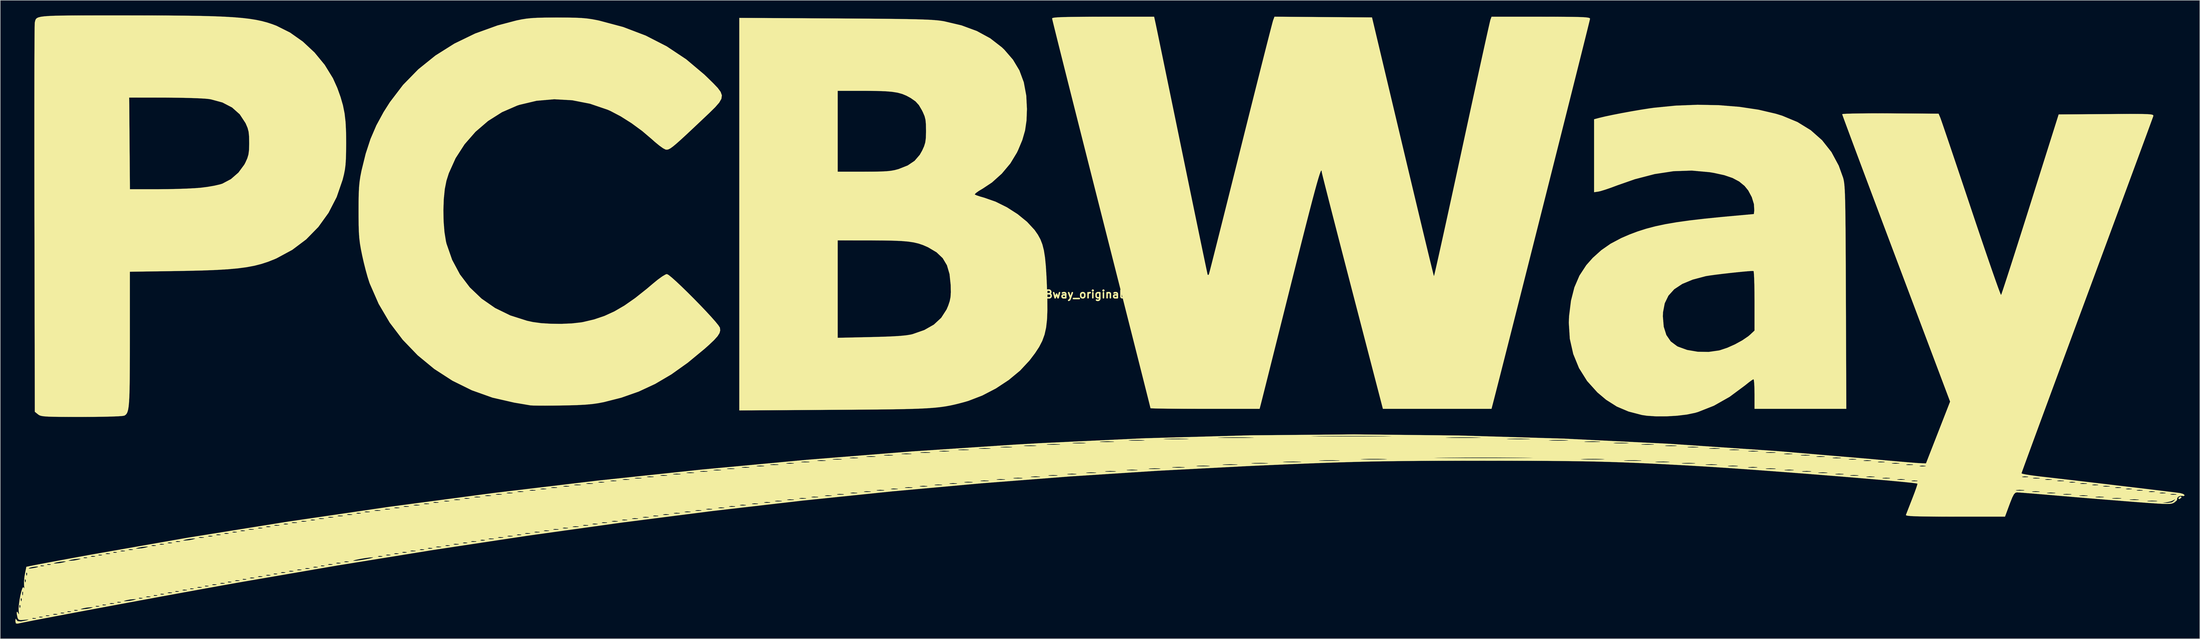
<source format=kicad_pcb>
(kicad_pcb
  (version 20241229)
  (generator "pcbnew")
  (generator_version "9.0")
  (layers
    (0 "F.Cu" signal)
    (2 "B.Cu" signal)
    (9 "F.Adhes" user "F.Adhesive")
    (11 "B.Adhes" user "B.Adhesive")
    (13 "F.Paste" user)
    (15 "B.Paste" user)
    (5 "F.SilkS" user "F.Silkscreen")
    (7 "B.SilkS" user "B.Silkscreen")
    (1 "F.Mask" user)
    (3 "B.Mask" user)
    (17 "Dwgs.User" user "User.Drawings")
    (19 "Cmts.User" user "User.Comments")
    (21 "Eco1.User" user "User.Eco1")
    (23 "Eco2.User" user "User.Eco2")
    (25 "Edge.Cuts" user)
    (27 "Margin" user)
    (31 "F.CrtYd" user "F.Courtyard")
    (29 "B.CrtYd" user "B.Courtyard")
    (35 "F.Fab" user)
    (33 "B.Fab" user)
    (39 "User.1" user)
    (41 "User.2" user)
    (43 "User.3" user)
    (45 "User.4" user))
  (footprint "PCBway_original"
    (layer "F.Cu")
    (at 210.396 55.351)
    (property "Reference" "PCBway_original" (at 0 0 0) (layer "F.SilkS") (effects (font (size 1.524 1.524) (thickness 0.3))))
    (attr through_hole)
    (fp_poly (pts (xy 219.151 40.27) (xy 219.108 40.373) (xy 218.754 40.63) (xy 218.676 40.64) (xy 218.531 40.475) (xy 218.574 40.373) (xy 218.928 40.115) (xy 219.006 40.105) (xy 219.151 40.27)) (stroke (width 0.01) (type solid)) (fill yes) (layer "F.SilkS"))
    (fp_poly (pts (xy 127.406 -37.529) (xy 131.469 -37.202) (xy 135.264 -36.633) (xy 138.701 -35.83) (xy 139.978 -35.437) (xy 143.001 -34.181) (xy 145.639 -32.557) (xy 147.885 -30.57) (xy 149.736 -28.225) (xy 151.186 -25.527) (xy 152.052 -23.127) (xy 152.136 -22.804) (xy 152.211 -22.426) (xy 152.276 -21.958) (xy 152.332 -21.363) (xy 152.38 -20.604) (xy 152.421 -19.646) (xy 152.457 -18.452) (xy 152.486 -16.987) (xy 152.512 -15.213) (xy 152.533 -13.095) (xy 152.552 -10.596) (xy 152.569 -7.68) (xy 152.584 -4.311) (xy 152.6 -0.453) (xy 152.604 0.602) (xy 152.685 22.726) (xy 134.486 22.726) (xy 134.486 19.785) (xy 134.469 18.603) (xy 134.423 17.648) (xy 134.354 17.028) (xy 134.284 16.844) (xy 133.993 17.004) (xy 133.416 17.423) (xy 132.674 18.015) (xy 132.613 18.066) (xy 129.546 20.34) (xy 126.434 22.102) (xy 123.296 23.342) (xy 122.691 23.52) (xy 121.075 23.856) (xy 119.13 24.09) (xy 117.038 24.212) (xy 114.982 24.217) (xy 113.143 24.096) (xy 112.161 23.949) (xy 109.499 23.257) (xy 107.179 22.274) (xy 105.056 20.927) (xy 103.32 19.462) (xy 101.282 17.198) (xy 99.683 14.647) (xy 98.537 11.845) (xy 97.857 8.828) (xy 97.656 5.631) (xy 97.709 4.392) (xy 116.307 4.392) (xy 116.478 6.43) (xy 116.996 8.076) (xy 117.874 9.355) (xy 119.124 10.291) (xy 119.295 10.38) (xy 121.113 11.039) (xy 123.2 11.396) (xy 125.372 11.435) (xy 127.447 11.14) (xy 127.654 11.088) (xy 129.073 10.614) (xy 130.598 9.934) (xy 132.046 9.142) (xy 133.235 8.333) (xy 133.617 8.007) (xy 134.486 7.192) (xy 134.486 1.339) (xy 134.478 -0.374) (xy 134.453 -1.899) (xy 134.415 -3.158) (xy 134.367 -4.073) (xy 134.311 -4.566) (xy 134.286 -4.627) (xy 133.969 -4.635) (xy 133.226 -4.586) (xy 132.164 -4.492) (xy 130.885 -4.365) (xy 129.496 -4.216) (xy 128.102 -4.056) (xy 126.807 -3.897) (xy 125.717 -3.75) (xy 124.936 -3.627) (xy 124.761 -3.593) (xy 122.215 -2.915) (xy 120.157 -2.061) (xy 118.564 -1.009) (xy 117.413 0.264) (xy 116.678 1.779) (xy 116.338 3.56) (xy 116.307 4.392) (xy 97.709 4.392) (xy 97.713 4.316) (xy 98.089 1.271) (xy 98.764 -1.382) (xy 99.767 -3.712) (xy 101.125 -5.787) (xy 102.402 -7.227) (xy 104.096 -8.752) (xy 105.93 -10.031) (xy 108.054 -11.157) (xy 109.686 -11.863) (xy 111.316 -12.476) (xy 113.002 -13.014) (xy 114.809 -13.49) (xy 116.801 -13.914) (xy 119.044 -14.299) (xy 121.603 -14.658) (xy 124.541 -15) (xy 127.926 -15.34) (xy 129.324 -15.469) (xy 134.353 -15.924) (xy 134.438 -16.655) (xy 134.366 -17.906) (xy 133.942 -19.287) (xy 133.239 -20.606) (xy 132.51 -21.509) (xy 131.442 -22.384) (xy 130.13 -23.084) (xy 128.489 -23.642) (xy 126.434 -24.091) (xy 125.548 -24.237) (xy 122.033 -24.554) (xy 118.427 -24.432) (xy 114.685 -23.864) (xy 110.763 -22.844) (xy 107.266 -21.622) (xy 106.03 -21.161) (xy 104.892 -20.77) (xy 103.994 -20.495) (xy 103.538 -20.388) (xy 102.669 -20.261) (xy 102.669 -34.737) (xy 103.672 -35.004) (xy 104.826 -35.28) (xy 106.368 -35.607) (xy 108.158 -35.957) (xy 110.053 -36.304) (xy 111.914 -36.623) (xy 113.599 -36.887) (xy 114.508 -37.013) (xy 118.836 -37.441) (xy 123.165 -37.611) (xy 127.406 -37.529)) (stroke (width 0.01) (type solid)) (fill yes) (layer "F.SilkS"))
    (fp_poly (pts (xy -188.381 -55.345) (xy -184.052 -55.34) (xy -180.219 -55.324) (xy -176.841 -55.294) (xy -173.88 -55.247) (xy -171.296 -55.18) (xy -169.05 -55.09) (xy -167.103 -54.976) (xy -165.414 -54.834) (xy -163.945 -54.661) (xy -162.657 -54.455) (xy -161.509 -54.213) (xy -160.463 -53.933) (xy -159.479 -53.61) (xy -158.609 -53.281) (xy -155.926 -51.937) (xy -153.386 -50.143) (xy -151.07 -47.981) (xy -149.056 -45.533) (xy -147.425 -42.88) (xy -146.554 -40.946) (xy -145.913 -39.153) (xy -145.44 -37.517) (xy -145.116 -35.898) (xy -144.916 -34.155) (xy -144.819 -32.149) (xy -144.802 -29.945) (xy -144.819 -28.151) (xy -144.858 -26.767) (xy -144.932 -25.665) (xy -145.053 -24.72) (xy -145.233 -23.807) (xy -145.485 -22.8) (xy -145.509 -22.709) (xy -146.686 -19.293) (xy -148.296 -16.168) (xy -150.316 -13.363) (xy -152.72 -10.906) (xy -155.486 -8.826) (xy -158.589 -7.149) (xy -159.032 -6.956) (xy -160.307 -6.451) (xy -161.607 -6.027) (xy -162.99 -5.673) (xy -164.517 -5.385) (xy -166.249 -5.154) (xy -168.245 -4.972) (xy -170.566 -4.833) (xy -173.272 -4.729) (xy -176.422 -4.653) (xy -178.134 -4.624) (xy -187.693 -4.479) (xy -187.693 8.817) (xy -187.695 12.001) (xy -187.703 14.694) (xy -187.72 16.938) (xy -187.749 18.777) (xy -187.794 20.254) (xy -187.857 21.412) (xy -187.941 22.294) (xy -188.049 22.944) (xy -188.185 23.403) (xy -188.352 23.717) (xy -188.552 23.927) (xy -188.773 24.069) (xy -189.175 24.142) (xy -190.056 24.205) (xy -191.361 24.257) (xy -193.035 24.297) (xy -195.022 24.322) (xy -197.267 24.331) (xy -197.271 24.331) (xy -199.562 24.329) (xy -201.379 24.321) (xy -202.783 24.303) (xy -203.836 24.272) (xy -204.597 24.223) (xy -205.128 24.155) (xy -205.489 24.062) (xy -205.743 23.941) (xy -205.911 23.819) (xy -206.542 23.308) (xy -206.616 -15.016) (xy -206.624 -19.509) (xy -206.63 -23.86) (xy -206.633 -28.039) (xy -206.634 -32.016) (xy -206.634 -35.759) (xy -206.631 -39.036) (xy -187.826 -39.036) (xy -187.753 -29.945) (xy -187.679 -20.855) (xy -182.117 -20.855) (xy -180.208 -20.87) (xy -178.26 -20.912) (xy -176.418 -20.976) (xy -174.825 -21.057) (xy -173.643 -21.148) (xy -172.276 -21.322) (xy -170.946 -21.552) (xy -169.842 -21.805) (xy -169.347 -21.959) (xy -167.658 -22.854) (xy -166.162 -24.157) (xy -164.995 -25.74) (xy -164.781 -26.145) (xy -164.404 -26.983) (xy -164.178 -27.737) (xy -164.066 -28.598) (xy -164.031 -29.758) (xy -164.031 -30.079) (xy -164.053 -31.333) (xy -164.145 -32.246) (xy -164.342 -33.007) (xy -164.682 -33.809) (xy -164.777 -34.004) (xy -165.905 -35.719) (xy -167.426 -37.074) (xy -169.331 -38.064) (xy -171.613 -38.684) (xy -172.06 -38.756) (xy -172.846 -38.831) (xy -174.069 -38.898) (xy -175.632 -38.954) (xy -177.437 -38.997) (xy -179.386 -39.024) (xy -180.875 -39.031) (xy -187.826 -39.036) (xy -206.631 -39.036) (xy -206.631 -39.239) (xy -206.627 -42.425) (xy -206.621 -45.286) (xy -206.612 -47.792) (xy -206.603 -49.912) (xy -206.591 -51.617) (xy -206.578 -52.874) (xy -206.563 -53.655) (xy -206.549 -53.923) (xy -206.486 -54.204) (xy -206.417 -54.445) (xy -206.305 -54.65) (xy -206.11 -54.821) (xy -205.795 -54.962) (xy -205.321 -55.075) (xy -204.65 -55.163) (xy -203.743 -55.23) (xy -202.561 -55.278) (xy -201.067 -55.311) (xy -199.222 -55.331) (xy -196.988 -55.341) (xy -194.326 -55.345) (xy -191.199 -55.346) (xy -188.381 -55.345)) (stroke (width 0.01) (type solid)) (fill yes) (layer "F.SilkS"))
    (fp_poly (pts (xy -47.792 -54.742) (xy -44.038 -54.719) (xy -40.778 -54.695) (xy -37.971 -54.67) (xy -35.576 -54.643) (xy -33.553 -54.612) (xy -31.86 -54.576) (xy -30.458 -54.534) (xy -29.305 -54.486) (xy -28.36 -54.43) (xy -27.582 -54.365) (xy -26.932 -54.289) (xy -26.367 -54.203) (xy -26.246 -54.182) (xy -22.782 -53.367) (xy -19.734 -52.244) (xy -17.076 -50.798) (xy -14.78 -49.016) (xy -14.282 -48.54) (xy -12.571 -46.561) (xy -11.294 -44.429) (xy -10.423 -42.077) (xy -9.934 -39.436) (xy -9.797 -36.763) (xy -9.883 -34.483) (xy -10.172 -32.504) (xy -10.715 -30.613) (xy -11.558 -28.6) (xy -11.797 -28.103) (xy -13.093 -25.965) (xy -14.78 -23.95) (xy -16.724 -22.201) (xy -18.535 -20.997) (xy -19.362 -20.502) (xy -19.933 -20.089) (xy -20.152 -19.83) (xy -20.139 -19.797) (xy -19.782 -19.634) (xy -19.067 -19.396) (xy -18.23 -19.156) (xy -16.005 -18.377) (xy -13.764 -17.264) (xy -11.643 -15.904) (xy -9.778 -14.384) (xy -8.306 -12.792) (xy -8.253 -12.722) (xy -7.628 -11.823) (xy -7.129 -10.91) (xy -6.739 -9.905) (xy -6.44 -8.727) (xy -6.215 -7.297) (xy -6.046 -5.538) (xy -5.915 -3.37) (xy -5.849 -1.872) (xy -5.761 0.848) (xy -5.744 3.115) (xy -5.817 5.009) (xy -5.999 6.609) (xy -6.307 7.994) (xy -6.761 9.245) (xy -7.378 10.441) (xy -8.177 11.661) (xy -9.176 12.984) (xy -9.313 13.156) (xy -11.155 15.135) (xy -13.408 17.001) (xy -15.949 18.677) (xy -18.655 20.084) (xy -21.403 21.143) (xy -22.192 21.374) (xy -23.179 21.637) (xy -24.101 21.866) (xy -25.002 22.063) (xy -25.926 22.232) (xy -26.919 22.374) (xy -28.023 22.493) (xy -29.284 22.59) (xy -30.747 22.67) (xy -32.456 22.733) (xy -34.455 22.784) (xy -36.789 22.825) (xy -39.503 22.858) (xy -42.64 22.886) (xy -46.246 22.911) (xy -48.193 22.924) (xy -66.842 23.04) (xy -66.842 8.629) (xy -47.324 8.629) (xy -40.707 8.482) (xy -38.311 8.418) (xy -36.388 8.341) (xy -34.877 8.247) (xy -33.715 8.13) (xy -32.841 7.987) (xy -32.485 7.903) (xy -30.148 7.088) (xy -28.262 6.015) (xy -26.801 4.662) (xy -25.734 3.006) (xy -25.411 2.251) (xy -25.116 1.37) (xy -24.95 0.546) (xy -24.89 -0.408) (xy -24.914 -1.683) (xy -24.922 -1.872) (xy -25.149 -4.02) (xy -25.662 -5.765) (xy -26.506 -7.179) (xy -27.726 -8.337) (xy -29.369 -9.313) (xy -29.573 -9.41) (xy -30.432 -9.781) (xy -31.301 -10.074) (xy -32.253 -10.299) (xy -33.365 -10.464) (xy -34.712 -10.577) (xy -36.369 -10.647) (xy -38.412 -10.683) (xy -40.841 -10.693) (xy -47.324 -10.695) (xy -47.324 8.629) (xy -66.842 8.629) (xy -66.842 -40.373) (xy -47.324 -40.373) (xy -47.324 -24.331) (xy -42.139 -24.331) (xy -40.243 -24.338) (xy -38.785 -24.365) (xy -37.665 -24.42) (xy -36.786 -24.51) (xy -36.049 -24.642) (xy -35.358 -24.824) (xy -35.231 -24.862) (xy -33.445 -25.569) (xy -32.082 -26.485) (xy -31.052 -27.683) (xy -30.576 -28.522) (xy -30.195 -29.366) (xy -29.965 -30.116) (xy -29.85 -30.962) (xy -29.813 -32.096) (xy -29.812 -32.503) (xy -29.831 -33.736) (xy -29.914 -34.623) (xy -30.099 -35.355) (xy -30.425 -36.12) (xy -30.621 -36.514) (xy -31.23 -37.552) (xy -31.898 -38.287) (xy -32.824 -38.934) (xy -32.855 -38.953) (xy -33.682 -39.406) (xy -34.518 -39.753) (xy -35.447 -40.009) (xy -36.557 -40.185) (xy -37.933 -40.296) (xy -39.661 -40.354) (xy -41.827 -40.372) (xy -42.124 -40.373) (xy -47.324 -40.373) (xy -66.842 -40.373) (xy -66.842 -54.851) (xy -47.792 -54.742)) (stroke (width 0.01) (type solid)) (fill yes) (layer "F.SilkS"))
    (fp_poly (pts (xy -100.939 -54.915) (xy -99.361 -54.885) (xy -98.087 -54.825) (xy -97.004 -54.727) (xy -95.996 -54.581) (xy -94.949 -54.381) (xy -94.648 -54.317) (xy -89.859 -53.038) (xy -85.393 -51.336) (xy -81.235 -49.204) (xy -77.372 -46.635) (xy -73.791 -43.621) (xy -73.213 -43.067) (xy -72.008 -41.889) (xy -71.114 -40.951) (xy -70.54 -40.175) (xy -70.295 -39.482) (xy -70.388 -38.796) (xy -70.826 -38.037) (xy -71.618 -37.128) (xy -72.773 -35.99) (xy -74.128 -34.708) (xy -75.9 -33.035) (xy -77.329 -31.696) (xy -78.459 -30.656) (xy -79.332 -29.88) (xy -79.993 -29.331) (xy -80.485 -28.976) (xy -80.851 -28.778) (xy -81.136 -28.702) (xy -81.382 -28.714) (xy -81.487 -28.737) (xy -81.965 -28.986) (xy -82.707 -29.52) (xy -83.597 -30.252) (xy -84.195 -30.788) (xy -86.111 -32.417) (xy -88.219 -33.961) (xy -90.364 -35.318) (xy -92.391 -36.383) (xy -92.955 -36.631) (xy -96.445 -37.817) (xy -99.995 -38.51) (xy -103.548 -38.707) (xy -107.046 -38.404) (xy -110.432 -37.601) (xy -110.894 -37.448) (xy -113.889 -36.146) (xy -116.66 -34.394) (xy -119.155 -32.248) (xy -121.32 -29.767) (xy -123.101 -27.006) (xy -124.444 -24.023) (xy -124.916 -22.536) (xy -125.242 -20.893) (xy -125.443 -18.891) (xy -125.521 -16.692) (xy -125.476 -14.457) (xy -125.307 -12.347) (xy -125.015 -10.523) (xy -124.896 -10.026) (xy -123.785 -6.843) (xy -122.239 -3.951) (xy -120.285 -1.377) (xy -117.951 0.855) (xy -115.263 2.72) (xy -112.25 4.192) (xy -108.94 5.247) (xy -107.793 5.499) (xy -106.132 5.725) (xy -104.145 5.846) (xy -102.032 5.861) (xy -99.991 5.769) (xy -98.222 5.571) (xy -97.814 5.499) (xy -95.631 4.983) (xy -93.593 4.296) (xy -91.615 3.392) (xy -89.611 2.224) (xy -87.495 0.745) (xy -85.183 -1.092) (xy -84.004 -2.092) (xy -83 -2.914) (xy -82.121 -3.551) (xy -81.464 -3.936) (xy -81.196 -4.018) (xy -80.852 -3.834) (xy -80.209 -3.316) (xy -79.327 -2.527) (xy -78.267 -1.528) (xy -77.09 -0.381) (xy -75.856 0.852) (xy -74.628 2.109) (xy -73.466 3.329) (xy -72.43 4.45) (xy -71.582 5.41) (xy -70.983 6.147) (xy -70.693 6.601) (xy -70.68 6.637) (xy -70.622 7.163) (xy -70.765 7.703) (xy -71.156 8.322) (xy -71.846 9.09) (xy -72.883 10.072) (xy -73.723 10.819) (xy -77.068 13.581) (xy -80.308 15.887) (xy -83.525 17.781) (xy -86.802 19.306) (xy -90.224 20.508) (xy -93.713 21.395) (xy -94.839 21.611) (xy -95.997 21.774) (xy -97.298 21.893) (xy -98.851 21.977) (xy -100.768 22.035) (xy -102.001 22.059) (xy -103.721 22.082) (xy -105.293 22.091) (xy -106.626 22.088) (xy -107.63 22.072) (xy -108.214 22.044) (xy -108.284 22.034) (xy -108.837 21.939) (xy -109.76 21.782) (xy -110.895 21.59) (xy -111.493 21.489) (xy -115.781 20.506) (xy -119.872 19.047) (xy -123.733 17.14) (xy -127.327 14.814) (xy -130.622 12.098) (xy -133.582 9.021) (xy -136.172 5.611) (xy -138.358 1.897) (xy -140.105 -2.093) (xy -140.205 -2.366) (xy -140.545 -3.43) (xy -140.935 -4.829) (xy -141.322 -6.372) (xy -141.624 -7.713) (xy -141.879 -8.973) (xy -142.065 -10.07) (xy -142.194 -11.13) (xy -142.276 -12.28) (xy -142.321 -13.646) (xy -142.34 -15.353) (xy -142.343 -16.443) (xy -142.336 -18.424) (xy -142.306 -19.988) (xy -142.243 -21.253) (xy -142.14 -22.338) (xy -141.988 -23.361) (xy -141.777 -24.439) (xy -141.743 -24.598) (xy -140.93 -27.898) (xy -139.974 -30.824) (xy -138.81 -33.531) (xy -137.373 -36.174) (xy -136.139 -38.116) (xy -133.523 -41.55) (xy -130.503 -44.642) (xy -127.101 -47.381) (xy -123.335 -49.754) (xy -119.225 -51.748) (xy -114.79 -53.35) (xy -111.042 -54.337) (xy -110.027 -54.547) (xy -109.058 -54.701) (xy -108.025 -54.807) (xy -106.817 -54.874) (xy -105.321 -54.91) (xy -103.428 -54.922) (xy -102.937 -54.923) (xy -100.939 -54.915)) (stroke (width 0.01) (type solid)) (fill yes) (layer "F.SilkS"))
    (fp_poly (pts (xy 58.631 -54.944) (xy 64.721 -29.32) (xy 65.578 -25.715) (xy 66.402 -22.258) (xy 67.183 -18.986) (xy 67.914 -15.933) (xy 68.584 -13.135) (xy 69.187 -10.628) (xy 69.714 -8.445) (xy 70.155 -6.623) (xy 70.504 -5.198) (xy 70.75 -4.203) (xy 70.886 -3.675) (xy 70.91 -3.596) (xy 70.98 -3.837) (xy 71.154 -4.566) (xy 71.424 -5.746) (xy 71.784 -7.343) (xy 72.224 -9.32) (xy 72.738 -11.643) (xy 73.317 -14.276) (xy 73.953 -17.184) (xy 74.64 -20.331) (xy 75.368 -23.681) (xy 76.13 -27.2) (xy 76.451 -28.686) (xy 77.229 -32.281) (xy 77.977 -35.735) (xy 78.69 -39.012) (xy 79.357 -42.074) (xy 79.971 -44.884) (xy 80.525 -47.406) (xy 81.009 -49.604) (xy 81.416 -51.439) (xy 81.738 -52.876) (xy 81.967 -53.878) (xy 82.094 -54.407) (xy 82.114 -54.476) (xy 82.336 -55.078) (xy 92.102 -55.078) (xy 94.676 -55.076) (xy 96.765 -55.067) (xy 98.416 -55.051) (xy 99.679 -55.025) (xy 100.601 -54.986) (xy 101.233 -54.934) (xy 101.622 -54.866) (xy 101.817 -54.781) (xy 101.867 -54.682) (xy 101.803 -54.398) (xy 101.616 -53.63) (xy 101.316 -52.414) (xy 100.91 -50.783) (xy 100.408 -48.773) (xy 99.819 -46.419) (xy 99.151 -43.756) (xy 98.413 -40.817) (xy 97.614 -37.638) (xy 96.763 -34.255) (xy 95.868 -30.701) (xy 94.938 -27.011) (xy 93.983 -23.22) (xy 93.01 -19.363) (xy 92.028 -15.476) (xy 91.047 -11.591) (xy 90.076 -7.745) (xy 89.121 -3.972) (xy 88.194 -0.307) (xy 87.302 3.215) (xy 86.455 6.56) (xy 85.66 9.692) (xy 84.927 12.578) (xy 84.265 15.181) (xy 83.682 17.468) (xy 83.187 19.403) (xy 82.789 20.952) (xy 82.589 21.724) (xy 82.329 22.726) (xy 60.79 22.726) (xy 54.725 -0.608) (xy 53.834 -4.042) (xy 52.982 -7.331) (xy 52.178 -10.438) (xy 51.434 -13.326) (xy 50.757 -15.956) (xy 50.158 -18.293) (xy 49.647 -20.299) (xy 49.231 -21.937) (xy 48.922 -23.169) (xy 48.729 -23.959) (xy 48.661 -24.269) (xy 48.661 -24.27) (xy 48.639 -24.54) (xy 48.569 -24.576) (xy 48.444 -24.355) (xy 48.257 -23.853) (xy 48.004 -23.047) (xy 47.676 -21.914) (xy 47.268 -20.43) (xy 46.773 -18.572) (xy 46.185 -16.316) (xy 45.497 -13.639) (xy 44.703 -10.518) (xy 43.797 -6.929) (xy 42.772 -2.848) (xy 42.544 -1.938) (xy 41.69 1.468) (xy 40.869 4.742) (xy 40.091 7.844) (xy 39.366 10.734) (xy 38.704 13.374) (xy 38.114 15.724) (xy 37.607 17.744) (xy 37.191 19.396) (xy 36.878 20.639) (xy 36.677 21.435) (xy 36.604 21.724) (xy 36.341 22.726) (xy 25.523 22.726) (xy 23.177 22.723) (xy 21.006 22.715) (xy 19.066 22.701) (xy 17.414 22.683) (xy 16.105 22.662) (xy 15.197 22.637) (xy 14.746 22.61) (xy 14.705 22.599) (xy 14.641 22.33) (xy 14.452 21.571) (xy 14.145 20.351) (xy 13.729 18.699) (xy 13.211 16.643) (xy 12.596 14.211) (xy 11.894 11.433) (xy 11.111 8.337) (xy 10.253 4.951) (xy 9.33 1.305) (xy 8.347 -2.574) (xy 7.312 -6.656) (xy 6.232 -10.913) (xy 5.115 -15.317) (xy 4.946 -15.98) (xy 3.823 -20.407) (xy 2.737 -24.693) (xy 1.695 -28.811) (xy 0.703 -32.732) (xy -0.23 -36.426) (xy -1.098 -39.866) (xy -1.893 -43.021) (xy -2.608 -45.864) (xy -3.236 -48.366) (xy -3.769 -50.497) (xy -4.2 -52.23) (xy -4.523 -53.534) (xy -4.729 -54.382) (xy -4.811 -54.745) (xy -4.813 -54.755) (xy -4.686 -54.842) (xy -4.281 -54.914) (xy -3.56 -54.971) (xy -2.484 -55.014) (xy -1.016 -55.045) (xy 0.883 -55.065) (xy 3.25 -55.076) (xy 5.305 -55.078) (xy 15.422 -55.078) (xy 15.729 -53.674) (xy 15.827 -53.21) (xy 16.025 -52.261) (xy 16.314 -50.867) (xy 16.686 -49.068) (xy 17.134 -46.903) (xy 17.648 -44.411) (xy 18.221 -41.633) (xy 18.845 -38.607) (xy 19.512 -35.374) (xy 20.212 -31.972) (xy 20.939 -28.44) (xy 20.987 -28.207) (xy 21.71 -24.7) (xy 22.402 -21.34) (xy 23.058 -18.165) (xy 23.669 -15.212) (xy 24.227 -12.519) (xy 24.724 -10.123) (xy 25.154 -8.06) (xy 25.508 -6.367) (xy 25.778 -5.083) (xy 25.957 -4.243) (xy 26.037 -3.886) (xy 26.04 -3.877) (xy 26.197 -3.838) (xy 26.296 -4.011) (xy 26.382 -4.322) (xy 26.589 -5.117) (xy 26.906 -6.357) (xy 27.325 -8.007) (xy 27.836 -10.03) (xy 28.431 -12.39) (xy 29.101 -15.051) (xy 29.835 -17.975) (xy 30.625 -21.127) (xy 31.462 -24.469) (xy 32.337 -27.967) (xy 32.608 -29.051) (xy 33.494 -32.596) (xy 34.348 -36.003) (xy 35.16 -39.235) (xy 35.92 -42.254) (xy 36.619 -45.024) (xy 37.248 -47.508) (xy 37.797 -49.668) (xy 38.258 -51.468) (xy 38.62 -52.871) (xy 38.874 -53.84) (xy 39.011 -54.337) (xy 39.028 -54.388) (xy 39.292 -55.085) (xy 58.631 -54.944)) (stroke (width 0.01) (type solid)) (fill yes) (layer "F.SilkS"))
    (fp_poly (pts (xy 161.424 -35.903) (xy 170.982 -35.844) (xy 171.304 -35.1) (xy 171.441 -34.726) (xy 171.733 -33.887) (xy 172.164 -32.628) (xy 172.721 -30.992) (xy 173.387 -29.023) (xy 174.149 -26.763) (xy 174.992 -24.257) (xy 175.901 -21.549) (xy 176.862 -18.68) (xy 177.414 -17.028) (xy 178.389 -14.118) (xy 179.318 -11.367) (xy 180.186 -8.814) (xy 180.979 -6.5) (xy 181.683 -4.466) (xy 182.284 -2.752) (xy 182.767 -1.399) (xy 183.12 -0.448) (xy 183.327 0.061) (xy 183.376 0.137) (xy 183.483 -0.139) (xy 183.737 -0.884) (xy 184.124 -2.057) (xy 184.632 -3.615) (xy 185.247 -5.519) (xy 185.955 -7.726) (xy 186.743 -10.195) (xy 187.598 -12.884) (xy 188.507 -15.753) (xy 189.172 -17.861) (xy 194.796 -35.694) (xy 204.244 -35.764) (xy 206.742 -35.781) (xy 208.755 -35.791) (xy 210.336 -35.79) (xy 211.535 -35.777) (xy 212.402 -35.75) (xy 212.989 -35.706) (xy 213.347 -35.643) (xy 213.526 -35.56) (xy 213.577 -35.453) (xy 213.564 -35.363) (xy 213.457 -35.06) (xy 213.175 -34.285) (xy 212.729 -33.067) (xy 212.129 -31.433) (xy 211.385 -29.414) (xy 210.509 -27.037) (xy 209.511 -24.333) (xy 208.402 -21.329) (xy 207.192 -18.055) (xy 205.892 -14.539) (xy 204.513 -10.81) (xy 203.065 -6.898) (xy 201.559 -2.831) (xy 200.431 0.217) (xy 198.891 4.373) (xy 197.404 8.392) (xy 195.979 12.246) (xy 194.627 15.905) (xy 193.358 19.341) (xy 192.184 22.526) (xy 191.113 25.43) (xy 190.158 28.026) (xy 189.329 30.285) (xy 188.635 32.177) (xy 188.088 33.675) (xy 187.698 34.751) (xy 187.476 35.374) (xy 187.425 35.528) (xy 187.676 35.626) (xy 188.368 35.764) (xy 189.41 35.926) (xy 190.711 36.098) (xy 191.503 36.191) (xy 193.142 36.377) (xy 195.074 36.599) (xy 197.237 36.85) (xy 199.57 37.123) (xy 202.011 37.41) (xy 204.499 37.703) (xy 206.974 37.997) (xy 209.373 38.282) (xy 211.636 38.553) (xy 213.702 38.801) (xy 215.51 39.02) (xy 216.997 39.203) (xy 218.104 39.341) (xy 218.768 39.428) (xy 218.908 39.449) (xy 219.499 39.624) (xy 219.774 39.856) (xy 219.777 39.879) (xy 219.579 40.04) (xy 219.342 39.996) (xy 218.873 39.991) (xy 218.448 40.212) (xy 218.272 40.532) (xy 218.307 40.641) (xy 218.201 40.914) (xy 217.769 41.285) (xy 217.749 41.298) (xy 217.518 41.429) (xy 217.237 41.523) (xy 216.84 41.58) (xy 216.264 41.599) (xy 215.446 41.579) (xy 214.32 41.519) (xy 212.824 41.417) (xy 212.008 41.357) (xy 215.365 41.357) (xy 216.335 41.399) (xy 217.257 41.277) (xy 217.672 40.974) (xy 217.902 40.659) (xy 217.778 40.711) (xy 217.637 40.819) (xy 217.102 41.065) (xy 216.35 41.237) (xy 216.3 41.244) (xy 215.365 41.357) (xy 212.008 41.357) (xy 210.892 41.274) (xy 209.664 41.18) (xy 207.791 41.034) (xy 212.289 41.034) (xy 212.562 41.072) (xy 213.25 41.089) (xy 213.36 41.089) (xy 214.095 41.075) (xy 214.422 41.039) (xy 214.281 40.988) (xy 214.229 40.981) (xy 213.291 40.937) (xy 212.491 40.981) (xy 212.289 41.034) (xy 207.791 41.034) (xy 207.206 40.988) (xy 204.452 40.768) (xy 208.8 40.768) (xy 209.058 40.808) (xy 209.739 40.824) (xy 209.751 40.825) (xy 210.461 40.811) (xy 210.773 40.771) (xy 210.624 40.716) (xy 209.811 40.67) (xy 209.02 40.714) (xy 208.8 40.768) (xy 204.452 40.768) (xy 204.406 40.765) (xy 201.453 40.525) (xy 201.163 40.501) (xy 205.324 40.501) (xy 205.582 40.541) (xy 206.263 40.557) (xy 206.275 40.557) (xy 206.985 40.543) (xy 207.297 40.504) (xy 207.148 40.449) (xy 206.336 40.402) (xy 205.544 40.446) (xy 205.324 40.501) (xy 201.163 40.501) (xy 198.538 40.284) (xy 198.004 40.239) (xy 202.031 40.239) (xy 202.335 40.28) (xy 202.933 40.293) (xy 203.593 40.276) (xy 203.84 40.233) (xy 203.668 40.181) (xy 202.804 40.136) (xy 202.197 40.181) (xy 202.031 40.239) (xy 198.004 40.239) (xy 195.85 40.058) (xy 194.841 39.972) (xy 198.823 39.972) (xy 199.127 40.012) (xy 199.724 40.025) (xy 200.384 40.009) (xy 200.632 39.965) (xy 200.459 39.914) (xy 199.596 39.869) (xy 198.989 39.914) (xy 198.823 39.972) (xy 194.841 39.972) (xy 194.67 39.957) (xy 192.686 39.788) (xy 191.687 39.705) (xy 195.615 39.705) (xy 195.918 39.745) (xy 196.516 39.758) (xy 197.176 39.741) (xy 197.302 39.719) (xy 216.891 39.719) (xy 217.213 39.764) (xy 217.504 39.77) (xy 218.054 39.749) (xy 218.197 39.688) (xy 218.109 39.654) (xy 217.467 39.604) (xy 217.039 39.649) (xy 216.891 39.719) (xy 197.302 39.719) (xy 197.423 39.698) (xy 197.251 39.646) (xy 196.387 39.602) (xy 195.781 39.646) (xy 195.615 39.705) (xy 191.687 39.705) (xy 190.855 39.635) (xy 189.251 39.504) (xy 188.402 39.437) (xy 192.406 39.437) (xy 192.71 39.478) (xy 193.307 39.49) (xy 193.967 39.474) (xy 194.093 39.452) (xy 214.752 39.452) (xy 215.074 39.496) (xy 215.365 39.503) (xy 215.916 39.482) (xy 216.058 39.421) (xy 215.97 39.387) (xy 215.328 39.337) (xy 214.9 39.381) (xy 214.752 39.452) (xy 194.093 39.452) (xy 194.215 39.431) (xy 194.043 39.379) (xy 193.179 39.334) (xy 192.572 39.379) (xy 192.406 39.437) (xy 188.402 39.437) (xy 187.947 39.401) (xy 187.018 39.333) (xy 186.537 39.304) (xy 186.508 39.303) (xy 186.207 39.384) (xy 185.925 39.685) (xy 185.607 40.294) (xy 185.202 41.299) (xy 185.048 41.709) (xy 184.157 44.116) (xy 174.265 44.116) (xy 171.61 44.112) (xy 169.447 44.101) (xy 167.736 44.08) (xy 166.435 44.048) (xy 165.503 44.004) (xy 164.897 43.946) (xy 164.577 43.874) (xy 164.502 43.784) (xy 164.503 43.782) (xy 164.647 43.41) (xy 164.941 42.655) (xy 165.342 41.628) (xy 165.761 40.556) (xy 166.198 39.413) (xy 166.285 39.173) (xy 189.449 39.173) (xy 189.738 39.215) (xy 190.233 39.227) (xy 190.867 39.21) (xy 190.989 39.184) (xy 212.613 39.184) (xy 212.935 39.229) (xy 213.226 39.236) (xy 213.777 39.214) (xy 213.919 39.154) (xy 213.831 39.119) (xy 213.189 39.07) (xy 212.762 39.114) (xy 212.613 39.184) (xy 190.989 39.184) (xy 191.098 39.162) (xy 190.972 39.115) (xy 190.238 39.067) (xy 189.635 39.111) (xy 189.449 39.173) (xy 166.285 39.173) (xy 166.382 38.903) (xy 186.257 38.903) (xy 186.56 38.943) (xy 187.158 38.956) (xy 187.818 38.939) (xy 187.944 38.917) (xy 210.207 38.917) (xy 210.528 38.961) (xy 210.82 38.968) (xy 211.37 38.947) (xy 211.512 38.886) (xy 211.425 38.852) (xy 210.783 38.802) (xy 210.355 38.847) (xy 210.207 38.917) (xy 187.944 38.917) (xy 188.065 38.896) (xy 187.893 38.844) (xy 187.03 38.8) (xy 186.423 38.844) (xy 186.257 38.903) (xy 166.382 38.903) (xy 166.473 38.65) (xy 208.068 38.65) (xy 208.389 38.694) (xy 208.681 38.701) (xy 209.231 38.679) (xy 209.373 38.619) (xy 209.286 38.585) (xy 208.644 38.535) (xy 208.216 38.579) (xy 208.068 38.65) (xy 166.473 38.65) (xy 166.539 38.467) (xy 166.567 38.382) (xy 205.929 38.382) (xy 206.251 38.427) (xy 206.542 38.434) (xy 207.092 38.412) (xy 207.234 38.352) (xy 207.147 38.317) (xy 206.505 38.268) (xy 206.077 38.312) (xy 205.929 38.382) (xy 166.567 38.382) (xy 166.655 38.111) (xy 203.541 38.111) (xy 203.877 38.153) (xy 204.269 38.161) (xy 204.848 38.14) (xy 205.006 38.087) (xy 204.871 38.045) (xy 204.092 38.001) (xy 203.668 38.045) (xy 203.541 38.111) (xy 166.655 38.111) (xy 166.741 37.848) (xy 201.384 37.848) (xy 201.705 37.892) (xy 201.997 37.899) (xy 202.547 37.877) (xy 202.689 37.817) (xy 202.602 37.783) (xy 201.959 37.733) (xy 201.532 37.777) (xy 201.384 37.848) (xy 166.741 37.848) (xy 166.75 37.819) (xy 166.797 37.576) (xy 198.996 37.576) (xy 199.332 37.618) (xy 199.724 37.626) (xy 200.302 37.605) (xy 200.461 37.552) (xy 200.326 37.51) (xy 199.547 37.466) (xy 199.123 37.51) (xy 198.996 37.576) (xy 166.797 37.576) (xy 166.798 37.572) (xy 166.492 37.507) (xy 165.699 37.407) (xy 164.804 37.313) (xy 196.839 37.313) (xy 197.16 37.357) (xy 197.452 37.364) (xy 198.002 37.343) (xy 198.144 37.282) (xy 198.056 37.248) (xy 197.414 37.198) (xy 196.987 37.242) (xy 196.839 37.313) (xy 164.804 37.313) (xy 164.465 37.277) (xy 162.838 37.12) (xy 162.026 37.046) (xy 165.557 37.046) (xy 165.878 37.09) (xy 166.169 37.097) (xy 166.72 37.075) (xy 166.799 37.042) (xy 194.451 37.042) (xy 194.787 37.084) (xy 195.179 37.091) (xy 195.757 37.071) (xy 195.916 37.017) (xy 195.781 36.976) (xy 195.001 36.931) (xy 194.577 36.976) (xy 194.451 37.042) (xy 166.799 37.042) (xy 166.862 37.015) (xy 166.774 36.981) (xy 166.132 36.931) (xy 165.705 36.975) (xy 165.557 37.046) (xy 162.026 37.046) (xy 160.864 36.939) (xy 158.897 36.766) (xy 162.712 36.766) (xy 163.001 36.808) (xy 163.496 36.82) (xy 164.13 36.803) (xy 164.271 36.774) (xy 192.044 36.774) (xy 192.38 36.816) (xy 192.773 36.824) (xy 193.351 36.803) (xy 193.51 36.75) (xy 193.374 36.708) (xy 192.595 36.664) (xy 192.171 36.708) (xy 192.044 36.774) (xy 164.271 36.774) (xy 164.362 36.756) (xy 164.235 36.709) (xy 163.501 36.66) (xy 162.898 36.705) (xy 162.712 36.766) (xy 158.897 36.766) (xy 158.589 36.739) (xy 156.06 36.523) (xy 155.768 36.499) (xy 159.771 36.499) (xy 160.06 36.541) (xy 160.555 36.553) (xy 161.189 36.536) (xy 161.33 36.507) (xy 189.638 36.507) (xy 189.974 36.549) (xy 190.366 36.557) (xy 190.945 36.536) (xy 191.103 36.482) (xy 190.968 36.441) (xy 190.189 36.397) (xy 189.765 36.441) (xy 189.638 36.507) (xy 161.33 36.507) (xy 161.421 36.488) (xy 161.294 36.441) (xy 160.56 36.393) (xy 159.957 36.438) (xy 159.771 36.499) (xy 155.768 36.499) (xy 153.324 36.295) (xy 152.51 36.229) (xy 156.579 36.229) (xy 156.883 36.269) (xy 157.48 36.282) (xy 158.14 36.265) (xy 158.266 36.243) (xy 187.481 36.243) (xy 187.802 36.288) (xy 188.094 36.295) (xy 188.644 36.273) (xy 188.786 36.213) (xy 188.698 36.178) (xy 188.056 36.129) (xy 187.629 36.173) (xy 187.481 36.243) (xy 158.266 36.243) (xy 158.387 36.222) (xy 158.215 36.171) (xy 157.352 36.126) (xy 156.745 36.171) (xy 156.579 36.229) (xy 152.51 36.229) (xy 150.427 36.059) (xy 149.208 35.962) (xy 153.37 35.962) (xy 153.674 36.002) (xy 154.272 36.015) (xy 154.932 35.998) (xy 155.179 35.955) (xy 155.007 35.903) (xy 154.143 35.858) (xy 153.536 35.903) (xy 153.37 35.962) (xy 149.208 35.962) (xy 147.415 35.818) (xy 145.835 35.694) (xy 150.429 35.694) (xy 150.733 35.734) (xy 151.331 35.747) (xy 151.991 35.731) (xy 152.238 35.688) (xy 152.066 35.636) (xy 151.202 35.591) (xy 150.595 35.636) (xy 150.429 35.694) (xy 145.835 35.694) (xy 144.336 35.576) (xy 142.316 35.421) (xy 147.038 35.421) (xy 147.296 35.461) (xy 147.977 35.477) (xy 147.988 35.477) (xy 148.699 35.463) (xy 149.011 35.424) (xy 148.862 35.369) (xy 148.049 35.322) (xy 147.258 35.366) (xy 147.038 35.421) (xy 142.316 35.421) (xy 141.235 35.338) (xy 138.796 35.154) (xy 143.829 35.154) (xy 144.087 35.193) (xy 144.768 35.21) (xy 144.78 35.21) (xy 145.49 35.196) (xy 145.803 35.157) (xy 145.654 35.102) (xy 144.841 35.055) (xy 144.05 35.099) (xy 143.829 35.154) (xy 138.796 35.154) (xy 138.16 35.105) (xy 135.19 34.886) (xy 140.353 34.886) (xy 140.612 34.926) (xy 141.292 34.942) (xy 141.304 34.942) (xy 142.014 34.928) (xy 142.327 34.889) (xy 142.178 34.834) (xy 141.365 34.788) (xy 140.574 34.831) (xy 140.353 34.886) (xy 135.19 34.886) (xy 135.157 34.884) (xy 132.272 34.676) (xy 131.425 34.617) (xy 136.624 34.617) (xy 136.897 34.655) (xy 137.585 34.672) (xy 137.695 34.672) (xy 138.429 34.659) (xy 138.756 34.623) (xy 138.616 34.571) (xy 138.564 34.564) (xy 137.626 34.52) (xy 136.826 34.564) (xy 136.624 34.617) (xy 131.425 34.617) (xy 129.552 34.486) (xy 127.543 34.351) (xy 133.134 34.351) (xy 133.393 34.391) (xy 134.073 34.408) (xy 134.085 34.408) (xy 134.796 34.394) (xy 135.108 34.355) (xy 134.959 34.299) (xy 134.146 34.253) (xy 133.355 34.297) (xy 133.134 34.351) (xy 127.543 34.351) (xy 127.044 34.318) (xy 124.794 34.175) (xy 123.658 34.107) (xy 123.22 34.082) (xy 129.138 34.082) (xy 129.411 34.121) (xy 130.098 34.137) (xy 130.208 34.138) (xy 130.943 34.124) (xy 131.119 34.104) (xy 167.161 34.104) (xy 167.482 34.149) (xy 167.774 34.156) (xy 168.324 34.134) (xy 168.466 34.074) (xy 168.378 34.039) (xy 167.736 33.99) (xy 167.309 34.034) (xy 167.161 34.104) (xy 131.119 34.104) (xy 131.27 34.088) (xy 131.13 34.037) (xy 131.077 34.03) (xy 130.14 33.985) (xy 129.339 34.03) (xy 129.138 34.082) (xy 123.22 34.082) (xy 120.14 33.906) (xy 118.345 33.809) (xy 124.693 33.809) (xy 124.936 33.845) (xy 125.603 33.864) (xy 125.931 33.866) (xy 126.734 33.854) (xy 127.006 33.833) (xy 164.505 33.833) (xy 164.841 33.875) (xy 165.234 33.883) (xy 165.812 33.862) (xy 165.971 33.809) (xy 165.835 33.767) (xy 165.056 33.723) (xy 164.632 33.767) (xy 164.505 33.833) (xy 127.006 33.833) (xy 127.134 33.823) (xy 127.075 33.779) (xy 126.933 33.761) (xy 125.929 33.718) (xy 124.928 33.761) (xy 124.693 33.809) (xy 118.345 33.809) (xy 116.917 33.731) (xy 113.921 33.581) (xy 112.949 33.537) (xy 119.982 33.537) (xy 120.198 33.571) (xy 120.844 33.592) (xy 121.385 33.595) (xy 122.253 33.585) (xy 122.721 33.558) (xy 122.721 33.558) (xy 161.643 33.558) (xy 161.932 33.6) (xy 162.426 33.612) (xy 163.06 33.595) (xy 163.292 33.547) (xy 163.165 33.5) (xy 162.432 33.452) (xy 161.828 33.497) (xy 161.643 33.558) (xy 122.721 33.558) (xy 122.736 33.519) (xy 122.522 33.493) (xy 121.457 33.451) (xy 120.361 33.483) (xy 120.249 33.493) (xy 119.982 33.537) (xy 112.949 33.537) (xy 111.083 33.452) (xy 108.334 33.345) (xy 105.909 33.266) (xy 114.731 33.266) (xy 114.905 33.3) (xy 115.52 33.321) (xy 116.172 33.326) (xy 117.079 33.317) (xy 117.465 33.298) (xy 158.891 33.298) (xy 159.227 33.34) (xy 159.619 33.348) (xy 160.197 33.327) (xy 160.356 33.274) (xy 160.221 33.232) (xy 159.441 33.188) (xy 159.017 33.232) (xy 158.891 33.298) (xy 117.465 33.298) (xy 117.597 33.292) (xy 117.672 33.255) (xy 117.45 33.226) (xy 116.44 33.184) (xy 115.323 33.206) (xy 115.043 33.224) (xy 114.731 33.266) (xy 105.909 33.266) (xy 105.607 33.257) (xy 102.831 33.185) (xy 99.939 33.13) (xy 96.863 33.088) (xy 93.532 33.058) (xy 89.879 33.039) (xy 85.835 33.028) (xy 81.332 33.025) (xy 80.879 33.024) (xy 76.291 33.027) (xy 72.155 33.036) (xy 68.387 33.054) (xy 64.906 33.083) (xy 61.628 33.125) (xy 58.47 33.181) (xy 55.349 33.254) (xy 52.183 33.345) (xy 48.888 33.456) (xy 45.382 33.59) (xy 41.581 33.747) (xy 37.403 33.93) (xy 33.688 34.099) (xy 16.183 35.012) (xy -1.316 36.145) (xy -18.855 37.506) (xy -36.48 39.098) (xy -54.238 40.928) (xy -72.174 43) (xy -90.336 45.321) (xy -108.768 47.894) (xy -127.518 50.726) (xy -146.632 53.823) (xy -166.155 57.188) (xy -167.239 57.381) (xy -169.593 57.802) (xy -172.213 58.275) (xy -175.049 58.791) (xy -178.052 59.339) (xy -181.172 59.912) (xy -184.362 60.5) (xy -187.57 61.094) (xy -190.75 61.685) (xy -193.85 62.263) (xy -196.822 62.819) (xy -199.617 63.345) (xy -202.186 63.83) (xy -204.479 64.267) (xy -206.447 64.644) (xy -208.041 64.955) (xy -209.212 65.189) (xy -209.911 65.337) (xy -209.951 65.346) (xy -210.295 65.305) (xy -210.391 64.88) (xy -210.388 64.745) (xy -210.336 64.348) (xy -210.244 64.469) (xy -210.235 64.503) (xy -209.944 64.851) (xy -209.294 64.918) (xy -208.237 64.708) (xy -208.146 64.683) (xy -207.771 64.562) (xy -207.863 64.529) (xy -208.45 64.579) (xy -208.58 64.592) (xy -209.345 64.647) (xy -209.743 64.556) (xy -209.875 64.356) (xy -207.044 64.356) (xy -206.676 64.394) (xy -206.296 64.352) (xy -206.342 64.259) (xy -206.889 64.223) (xy -207.01 64.259) (xy -207.044 64.356) (xy -209.875 64.356) (xy -209.934 64.267) (xy -209.98 64.113) (xy -209.985 64.089) (xy -205.707 64.089) (xy -205.339 64.126) (xy -204.959 64.084) (xy -205.005 63.991) (xy -205.552 63.956) (xy -205.673 63.991) (xy -205.707 64.089) (xy -209.985 64.089) (xy -210.039 63.822) (xy -204.37 63.822) (xy -204.002 63.859) (xy -203.623 63.817) (xy -203.668 63.724) (xy -204.215 63.689) (xy -204.336 63.724) (xy -204.37 63.822) (xy -210.039 63.822) (xy -210.098 63.534) (xy -202.97 63.534) (xy -202.615 63.58) (xy -202.532 63.582) (xy -202.075 63.553) (xy -202.035 63.469) (xy -202.059 63.458) (xy -202.589 63.405) (xy -202.861 63.448) (xy -202.97 63.534) (xy -210.098 63.534) (xy -210.117 63.441) (xy -210.121 63.037) (xy -210.005 62.998) (xy -209.862 63.233) (xy -209.703 63.512) (xy -209.684 63.332) (xy -209.69 63.287) (xy -201.429 63.287) (xy -201.061 63.324) (xy -200.681 63.282) (xy -200.727 63.189) (xy -201.274 63.154) (xy -201.395 63.189) (xy -201.429 63.287) (xy -209.69 63.287) (xy -209.727 63.019) (xy -200.092 63.019) (xy -199.724 63.057) (xy -199.345 63.015) (xy -199.39 62.922) (xy -199.937 62.887) (xy -200.058 62.922) (xy -200.092 63.019) (xy -209.727 63.019) (xy -209.735 62.965) (xy -209.742 62.752) (xy -198.755 62.752) (xy -198.387 62.789) (xy -198.008 62.747) (xy -198.053 62.655) (xy -198.601 62.619) (xy -198.722 62.655) (xy -198.755 62.752) (xy -209.742 62.752) (xy -209.751 62.492) (xy -197.417 62.492) (xy -197.051 62.501) (xy -196.282 62.432) (xy -195.58 62.297) (xy -195.081 62.158) (xy -195.08 62.102) (xy -195.446 62.093) (xy -196.215 62.161) (xy -196.917 62.297) (xy -197.416 62.436) (xy -197.417 62.492) (xy -209.751 62.492) (xy -209.757 62.342) (xy -209.719 61.874) (xy -209.596 61.874) (xy -209.547 62.22) (xy -209.455 62.224) (xy -209.406 61.95) (xy -194.477 61.95) (xy -194.109 61.987) (xy -193.73 61.945) (xy -193.775 61.852) (xy -194.323 61.817) (xy -194.444 61.852) (xy -194.477 61.95) (xy -209.406 61.95) (xy -209.391 61.867) (xy -209.434 61.712) (xy -209.469 61.683) (xy -193.14 61.683) (xy -192.773 61.72) (xy -192.393 61.678) (xy -192.438 61.585) (xy -192.986 61.55) (xy -193.107 61.585) (xy -193.14 61.683) (xy -209.469 61.683) (xy -209.553 61.611) (xy -209.596 61.874) (xy -209.719 61.874) (xy -209.689 61.503) (xy -209.673 61.395) (xy -191.74 61.395) (xy -191.385 61.441) (xy -191.302 61.443) (xy -190.845 61.414) (xy -190.805 61.33) (xy -190.829 61.319) (xy -191.36 61.266) (xy -191.631 61.309) (xy -191.74 61.395) (xy -209.673 61.395) (xy -209.638 61.148) (xy -190.199 61.148) (xy -189.832 61.185) (xy -189.452 61.143) (xy -189.497 61.05) (xy -190.045 61.015) (xy -190.166 61.05) (xy -190.199 61.148) (xy -209.638 61.148) (xy -209.555 60.562) (xy -209.55 60.537) (xy -209.328 60.537) (xy -209.279 60.883) (xy -209.188 60.888) (xy -209.188 60.887) (xy -188.861 60.887) (xy -188.495 60.897) (xy -187.726 60.828) (xy -187.024 60.693) (xy -186.525 60.554) (xy -186.524 60.498) (xy -186.891 60.489) (xy -187.659 60.557) (xy -188.361 60.693) (xy -188.86 60.831) (xy -188.861 60.887) (xy -209.188 60.887) (xy -209.124 60.53) (xy -209.167 60.375) (xy -209.201 60.346) (xy -185.921 60.346) (xy -185.554 60.383) (xy -185.174 60.341) (xy -185.219 60.248) (xy -185.767 60.213) (xy -185.888 60.248) (xy -185.921 60.346) (xy -209.201 60.346) (xy -209.286 60.274) (xy -209.328 60.537) (xy -209.55 60.537) (xy -209.458 60.058) (xy -184.521 60.058) (xy -184.166 60.104) (xy -184.083 60.106) (xy -183.627 60.077) (xy -183.586 59.993) (xy -183.61 59.983) (xy -184.141 59.93) (xy -184.412 59.973) (xy -184.521 60.058) (xy -209.458 60.058) (xy -209.411 59.811) (xy -182.98 59.811) (xy -182.613 59.848) (xy -182.233 59.806) (xy -182.278 59.713) (xy -182.826 59.678) (xy -182.947 59.713) (xy -182.98 59.811) (xy -209.411 59.811) (xy -209.378 59.636) (xy -209.309 59.356) (xy -209.04 59.356) (xy -208.998 59.735) (xy -208.905 59.69) (xy -208.896 59.544) (xy -181.644 59.544) (xy -181.276 59.581) (xy -180.896 59.539) (xy -180.942 59.446) (xy -181.489 59.411) (xy -181.61 59.446) (xy -181.644 59.544) (xy -208.896 59.544) (xy -208.877 59.256) (xy -180.243 59.256) (xy -179.888 59.302) (xy -179.805 59.304) (xy -179.349 59.275) (xy -179.308 59.191) (xy -179.332 59.18) (xy -179.863 59.128) (xy -180.134 59.171) (xy -180.243 59.256) (xy -208.877 59.256) (xy -208.87 59.143) (xy -208.905 59.022) (xy -208.942 59.009) (xy -178.703 59.009) (xy -178.335 59.046) (xy -177.955 59.004) (xy -178.001 58.911) (xy -178.548 58.876) (xy -178.669 58.911) (xy -178.703 59.009) (xy -208.942 59.009) (xy -209.003 58.988) (xy -209.04 59.356) (xy -209.309 59.356) (xy -209.182 58.841) (xy -209.14 58.721) (xy -177.302 58.721) (xy -176.947 58.767) (xy -176.864 58.769) (xy -176.408 58.74) (xy -176.367 58.656) (xy -176.391 58.646) (xy -176.922 58.593) (xy -177.193 58.636) (xy -177.302 58.721) (xy -209.14 58.721) (xy -209.053 58.474) (xy -175.761 58.474) (xy -175.394 58.511) (xy -175.014 58.469) (xy -175.059 58.377) (xy -175.607 58.341) (xy -175.728 58.377) (xy -175.761 58.474) (xy -209.053 58.474) (xy -208.989 58.291) (xy -208.825 58.102) (xy -208.763 58.171) (xy -208.631 58.386) (xy -208.63 58.186) (xy -174.361 58.186) (xy -174.006 58.232) (xy -173.923 58.234) (xy -173.467 58.205) (xy -173.426 58.122) (xy -173.45 58.111) (xy -173.981 58.058) (xy -174.252 58.101) (xy -174.361 58.186) (xy -208.63 58.186) (xy -208.629 58.111) (xy -208.652 57.939) (xy -172.82 57.939) (xy -172.453 57.977) (xy -172.073 57.935) (xy -172.118 57.842) (xy -172.666 57.807) (xy -172.787 57.842) (xy -172.82 57.939) (xy -208.652 57.939) (xy -208.668 57.824) (xy -208.673 57.651) (xy -171.42 57.651) (xy -171.065 57.698) (xy -170.982 57.699) (xy -170.525 57.671) (xy -170.485 57.587) (xy -170.509 57.576) (xy -171.04 57.523) (xy -171.311 57.566) (xy -171.42 57.651) (xy -208.673 57.651) (xy -208.681 57.384) (xy -169.816 57.384) (xy -169.461 57.43) (xy -169.378 57.432) (xy -168.921 57.403) (xy -168.881 57.319) (xy -168.905 57.309) (xy -169.436 57.256) (xy -169.707 57.299) (xy -169.816 57.384) (xy -208.681 57.384) (xy -208.69 57.056) (xy -208.666 56.794) (xy -208.526 56.794) (xy -208.477 57.14) (xy -208.386 57.144) (xy -208.385 57.137) (xy -168.275 57.137) (xy -167.907 57.175) (xy -167.528 57.133) (xy -167.573 57.04) (xy -168.121 57.004) (xy -168.242 57.04) (xy -168.275 57.137) (xy -208.385 57.137) (xy -208.333 56.849) (xy -166.875 56.849) (xy -166.52 56.896) (xy -166.437 56.897) (xy -165.98 56.868) (xy -165.94 56.785) (xy -165.964 56.774) (xy -166.495 56.721) (xy -166.766 56.764) (xy -166.875 56.849) (xy -208.333 56.849) (xy -208.322 56.787) (xy -208.365 56.632) (xy -208.399 56.603) (xy -165.334 56.603) (xy -164.966 56.64) (xy -164.587 56.598) (xy -164.632 56.505) (xy -165.18 56.47) (xy -165.301 56.505) (xy -165.334 56.603) (xy -208.399 56.603) (xy -208.483 56.531) (xy -208.526 56.794) (xy -208.666 56.794) (xy -208.623 56.315) (xy -163.934 56.315) (xy -163.579 56.361) (xy -163.496 56.363) (xy -163.039 56.334) (xy -162.999 56.25) (xy -163.023 56.239) (xy -163.554 56.186) (xy -163.825 56.229) (xy -163.934 56.315) (xy -208.623 56.315) (xy -208.6 56.06) (xy -208.598 56.047) (xy -162.33 56.047) (xy -161.975 56.093) (xy -161.892 56.095) (xy -161.435 56.066) (xy -161.395 55.983) (xy -161.419 55.972) (xy -161.949 55.919) (xy -162.221 55.962) (xy -162.33 56.047) (xy -208.598 56.047) (xy -208.509 55.515) (xy -208.497 55.457) (xy -208.259 55.457) (xy -208.21 55.803) (xy -208.118 55.808) (xy -208.114 55.78) (xy -160.726 55.78) (xy -160.37 55.826) (xy -160.287 55.828) (xy -159.831 55.799) (xy -159.791 55.715) (xy -159.814 55.705) (xy -160.345 55.652) (xy -160.616 55.695) (xy -160.726 55.78) (xy -208.114 55.78) (xy -208.07 55.533) (xy -159.185 55.533) (xy -158.817 55.57) (xy -158.437 55.528) (xy -158.483 55.436) (xy -159.03 55.4) (xy -159.151 55.436) (xy -159.185 55.533) (xy -208.07 55.533) (xy -208.055 55.45) (xy -208.097 55.295) (xy -208.156 55.245) (xy -157.784 55.245) (xy -157.429 55.291) (xy -157.346 55.293) (xy -156.89 55.264) (xy -156.849 55.181) (xy -156.873 55.17) (xy -157.404 55.117) (xy -157.675 55.16) (xy -157.784 55.245) (xy -208.156 55.245) (xy -208.216 55.194) (xy -208.259 55.457) (xy -208.497 55.457) (xy -208.401 54.978) (xy -156.18 54.978) (xy -155.825 55.024) (xy -155.742 55.026) (xy -155.285 54.997) (xy -155.245 54.913) (xy -155.269 54.903) (xy -155.8 54.85) (xy -156.071 54.893) (xy -156.18 54.978) (xy -208.401 54.978) (xy -208.347 54.71) (xy -154.576 54.71) (xy -154.221 54.757) (xy -154.138 54.758) (xy -153.681 54.73) (xy -153.641 54.646) (xy -153.665 54.635) (xy -154.196 54.582) (xy -154.467 54.625) (xy -154.576 54.71) (xy -208.347 54.71) (xy -208.293 54.443) (xy -152.972 54.443) (xy -152.617 54.489) (xy -152.534 54.491) (xy -152.077 54.462) (xy -152.037 54.378) (xy -152.061 54.368) (xy -152.591 54.315) (xy -152.863 54.358) (xy -152.972 54.443) (xy -208.293 54.443) (xy -208.289 54.419) (xy -207.801 54.419) (xy -207.497 54.424) (xy -207.077 54.368) (xy -206.378 54.243) (xy -206.116 54.176) (xy -151.368 54.176) (xy -151.013 54.222) (xy -150.929 54.224) (xy -150.473 54.195) (xy -150.433 54.111) (xy -150.456 54.1) (xy -150.987 54.048) (xy -151.259 54.091) (xy -151.368 54.176) (xy -206.116 54.176) (xy -205.944 54.131) (xy -205.896 54.107) (xy -205.969 54.02) (xy -206.378 54.025) (xy -206.939 54.102) (xy -207.465 54.232) (xy -207.612 54.288) (xy -207.801 54.419) (xy -208.289 54.419) (xy -208.219 54.07) (xy -207.527 53.929) (xy -205.439 53.929) (xy -205.072 53.966) (xy -204.735 53.929) (xy -149.827 53.929) (xy -149.459 53.966) (xy -149.079 53.924) (xy -149.125 53.831) (xy -149.672 53.796) (xy -149.793 53.831) (xy -149.827 53.929) (xy -204.735 53.929) (xy -204.692 53.924) (xy -204.737 53.831) (xy -205.285 53.796) (xy -205.406 53.831) (xy -205.439 53.929) (xy -207.527 53.929) (xy -206.712 53.763) (xy -206.194 53.662) (xy -204.103 53.662) (xy -203.735 53.699) (xy -203.355 53.657) (xy -203.363 53.641) (xy -148.427 53.641) (xy -148.071 53.687) (xy -147.988 53.689) (xy -147.532 53.66) (xy -147.492 53.576) (xy -147.515 53.566) (xy -148.046 53.513) (xy -148.318 53.556) (xy -148.427 53.641) (xy -203.363 53.641) (xy -203.401 53.564) (xy -203.948 53.529) (xy -204.069 53.564) (xy -204.103 53.662) (xy -206.194 53.662) (xy -206.096 53.642) (xy -205.026 53.44) (xy -204.82 53.401) (xy -202.764 53.401) (xy -202.398 53.41) (xy -201.984 53.374) (xy -146.822 53.374) (xy -146.467 53.42) (xy -146.384 53.422) (xy -145.928 53.393) (xy -145.887 53.309) (xy -145.911 53.298) (xy -146.442 53.245) (xy -146.713 53.288) (xy -146.822 53.374) (xy -201.984 53.374) (xy -201.63 53.342) (xy -200.927 53.206) (xy -200.567 53.106) (xy -145.218 53.106) (xy -144.863 53.152) (xy -144.78 53.154) (xy -144.323 53.125) (xy -144.283 53.042) (xy -144.307 53.031) (xy -144.838 52.978) (xy -145.109 53.021) (xy -145.218 53.106) (xy -200.567 53.106) (xy -200.428 53.068) (xy -200.427 53.012) (xy -200.794 53.002) (xy -201.562 53.071) (xy -202.264 53.206) (xy -202.763 53.345) (xy -202.764 53.401) (xy -204.82 53.401) (xy -203.575 53.168) (xy -202.075 52.889) (xy -143.372 52.889) (xy -143.309 52.893) (xy -142.711 52.85) (xy -141.791 52.726) (xy -140.769 52.551) (xy -139.964 52.382) (xy -139.517 52.253) (xy -139.504 52.187) (xy -139.566 52.183) (xy -140.165 52.226) (xy -141.085 52.35) (xy -142.106 52.524) (xy -142.912 52.694) (xy -143.359 52.823) (xy -143.372 52.889) (xy -202.075 52.889) (xy -201.954 52.866) (xy -199.823 52.866) (xy -199.457 52.876) (xy -198.689 52.807) (xy -197.986 52.672) (xy -197.487 52.533) (xy -197.486 52.477) (xy -197.853 52.467) (xy -198.621 52.536) (xy -199.323 52.672) (xy -199.822 52.81) (xy -199.823 52.866) (xy -201.954 52.866) (xy -201.815 52.84) (xy -199.818 52.471) (xy -199.025 52.325) (xy -196.884 52.325) (xy -196.516 52.362) (xy -196.136 52.32) (xy -196.182 52.227) (xy -196.729 52.192) (xy -196.85 52.227) (xy -196.884 52.325) (xy -199.025 52.325) (xy -197.657 52.073) (xy -197.461 52.037) (xy -195.483 52.037) (xy -195.128 52.083) (xy -195.045 52.085) (xy -194.589 52.056) (xy -194.579 52.037) (xy -138.534 52.037) (xy -138.179 52.083) (xy -138.096 52.085) (xy -137.639 52.056) (xy -137.599 51.972) (xy -137.623 51.961) (xy -138.154 51.909) (xy -138.425 51.952) (xy -138.534 52.037) (xy -194.579 52.037) (xy -194.548 51.972) (xy -194.572 51.961) (xy -195.103 51.909) (xy -195.374 51.952) (xy -195.483 52.037) (xy -197.461 52.037) (xy -196.117 51.79) (xy -193.943 51.79) (xy -193.575 51.827) (xy -193.195 51.785) (xy -193.203 51.769) (xy -136.93 51.769) (xy -136.575 51.816) (xy -136.492 51.817) (xy -136.035 51.788) (xy -135.995 51.705) (xy -136.019 51.694) (xy -136.549 51.641) (xy -136.821 51.684) (xy -136.93 51.769) (xy -193.203 51.769) (xy -193.241 51.692) (xy -193.788 51.657) (xy -193.909 51.692) (xy -193.943 51.79) (xy -196.117 51.79) (xy -195.847 51.74) (xy -194.488 51.502) (xy -192.542 51.502) (xy -192.187 51.548) (xy -192.104 51.55) (xy -191.648 51.521) (xy -191.638 51.502) (xy -135.326 51.502) (xy -134.97 51.548) (xy -134.887 51.55) (xy -134.431 51.521) (xy -134.391 51.437) (xy -134.414 51.427) (xy -134.945 51.374) (xy -135.216 51.417) (xy -135.326 51.502) (xy -191.638 51.502) (xy -191.607 51.437) (xy -191.631 51.427) (xy -192.162 51.374) (xy -192.433 51.417) (xy -192.542 51.502) (xy -194.488 51.502) (xy -193.082 51.255) (xy -191.001 51.255) (xy -190.634 51.293) (xy -190.254 51.251) (xy -190.262 51.235) (xy -133.721 51.235) (xy -133.366 51.281) (xy -133.283 51.283) (xy -132.827 51.254) (xy -132.786 51.17) (xy -132.81 51.159) (xy -133.341 51.106) (xy -133.612 51.149) (xy -133.721 51.235) (xy -190.262 51.235) (xy -190.299 51.158) (xy -190.847 51.122) (xy -190.968 51.158) (xy -191.001 51.255) (xy -193.082 51.255) (xy -191.44 50.967) (xy -189.601 50.967) (xy -189.246 51.013) (xy -189.163 51.015) (xy -188.707 50.986) (xy -188.694 50.961) (xy -132.096 50.961) (xy -131.727 51.003) (xy -131.545 51.005) (xy -131.059 50.977) (xy -131.002 50.908) (xy -131.077 50.883) (xy -131.755 50.841) (xy -132.013 50.883) (xy -132.096 50.961) (xy -188.694 50.961) (xy -188.666 50.903) (xy -188.69 50.892) (xy -189.221 50.839) (xy -189.492 50.882) (xy -189.601 50.967) (xy -191.44 50.967) (xy -189.917 50.7) (xy -187.997 50.7) (xy -187.642 50.746) (xy -187.559 50.748) (xy -187.102 50.719) (xy -187.093 50.7) (xy -130.246 50.7) (xy -129.89 50.746) (xy -129.807 50.748) (xy -129.351 50.719) (xy -129.311 50.635) (xy -129.334 50.625) (xy -129.865 50.572) (xy -130.136 50.615) (xy -130.246 50.7) (xy -187.093 50.7) (xy -187.062 50.635) (xy -187.086 50.625) (xy -187.617 50.572) (xy -187.888 50.615) (xy -187.997 50.7) (xy -189.917 50.7) (xy -188.55 50.46) (xy -186.455 50.46) (xy -186.088 50.469) (xy -185.675 50.432) (xy -128.641 50.432) (xy -128.286 50.479) (xy -128.203 50.481) (xy -127.747 50.452) (xy -127.706 50.368) (xy -127.73 50.357) (xy -128.261 50.304) (xy -128.532 50.347) (xy -128.641 50.432) (xy -185.675 50.432) (xy -185.32 50.401) (xy -184.618 50.265) (xy -184.234 50.158) (xy -127.016 50.158) (xy -126.647 50.201) (xy -126.465 50.203) (xy -125.979 50.175) (xy -125.922 50.106) (xy -125.997 50.081) (xy -126.675 50.039) (xy -126.933 50.081) (xy -127.016 50.158) (xy -184.234 50.158) (xy -184.119 50.126) (xy -184.118 50.071) (xy -184.484 50.061) (xy -185.253 50.13) (xy -185.955 50.265) (xy -186.454 50.404) (xy -186.455 50.46) (xy -188.55 50.46) (xy -185.346 49.898) (xy -183.452 49.898) (xy -183.097 49.944) (xy -183.014 49.946) (xy -182.557 49.917) (xy -182.548 49.898) (xy -125.166 49.898) (xy -124.81 49.944) (xy -124.727 49.946) (xy -124.271 49.917) (xy -124.231 49.833) (xy -124.254 49.823) (xy -124.785 49.77) (xy -125.056 49.813) (xy -125.166 49.898) (xy -182.548 49.898) (xy -182.517 49.833) (xy -182.541 49.823) (xy -183.071 49.77) (xy -183.343 49.813) (xy -183.452 49.898) (xy -185.346 49.898) (xy -183.822 49.63) (xy -181.848 49.63) (xy -181.493 49.677) (xy -181.409 49.678) (xy -180.953 49.65) (xy -180.94 49.624) (xy -123.541 49.624) (xy -123.171 49.666) (xy -122.989 49.668) (xy -122.503 49.641) (xy -122.446 49.571) (xy -122.522 49.546) (xy -123.2 49.505) (xy -123.457 49.546) (xy -123.541 49.624) (xy -180.94 49.624) (xy -180.913 49.566) (xy -180.936 49.555) (xy -181.467 49.502) (xy -181.739 49.545) (xy -181.848 49.63) (xy -183.822 49.63) (xy -182.298 49.363) (xy -180.243 49.363) (xy -179.888 49.409) (xy -179.805 49.411) (xy -179.349 49.382) (xy -179.339 49.363) (xy -121.69 49.363) (xy -121.335 49.409) (xy -121.252 49.411) (xy -120.795 49.382) (xy -120.755 49.298) (xy -120.779 49.288) (xy -121.309 49.235) (xy -121.581 49.278) (xy -121.69 49.363) (xy -179.339 49.363) (xy -179.308 49.298) (xy -179.332 49.288) (xy -179.863 49.235) (xy -180.134 49.278) (xy -180.243 49.363) (xy -182.298 49.363) (xy -180.774 49.096) (xy -178.639 49.096) (xy -178.284 49.142) (xy -178.201 49.144) (xy -177.744 49.115) (xy -177.732 49.089) (xy -120.065 49.089) (xy -119.695 49.131) (xy -119.514 49.134) (xy -119.027 49.106) (xy -118.97 49.036) (xy -119.046 49.011) (xy -119.724 48.97) (xy -119.982 49.011) (xy -120.065 49.089) (xy -177.732 49.089) (xy -177.704 49.031) (xy -177.728 49.02) (xy -178.259 48.968) (xy -178.53 49.011) (xy -178.639 49.096) (xy -180.774 49.096) (xy -179.408 48.856) (xy -177.097 48.856) (xy -176.731 48.865) (xy -176.317 48.828) (xy -118.214 48.828) (xy -117.859 48.875) (xy -117.776 48.876) (xy -117.319 48.847) (xy -117.279 48.764) (xy -117.303 48.753) (xy -117.834 48.7) (xy -118.105 48.743) (xy -118.214 48.828) (xy -176.317 48.828) (xy -175.962 48.797) (xy -175.26 48.661) (xy -174.876 48.554) (xy -116.589 48.554) (xy -116.219 48.596) (xy -116.038 48.599) (xy -115.551 48.571) (xy -115.494 48.502) (xy -115.57 48.477) (xy -116.248 48.435) (xy -116.506 48.477) (xy -116.589 48.554) (xy -174.876 48.554) (xy -174.761 48.522) (xy -174.76 48.466) (xy -175.126 48.457) (xy -175.895 48.526) (xy -176.597 48.661) (xy -177.096 48.8) (xy -177.097 48.856) (xy -179.408 48.856) (xy -176.363 48.322) (xy -176.147 48.287) (xy -174.073 48.287) (xy -173.704 48.329) (xy -173.522 48.332) (xy -173.036 48.304) (xy -173.022 48.287) (xy -114.717 48.287) (xy -114.348 48.329) (xy -114.166 48.332) (xy -113.68 48.304) (xy -113.623 48.234) (xy -113.698 48.209) (xy -114.377 48.168) (xy -114.634 48.209) (xy -114.717 48.287) (xy -173.022 48.287) (xy -172.978 48.234) (xy -173.054 48.209) (xy -173.732 48.168) (xy -173.99 48.209) (xy -174.073 48.287) (xy -176.147 48.287) (xy -174.523 48.026) (xy -172.222 48.026) (xy -171.867 48.072) (xy -171.784 48.074) (xy -171.328 48.045) (xy -171.315 48.02) (xy -112.846 48.02) (xy -112.476 48.062) (xy -112.295 48.064) (xy -111.808 48.036) (xy -111.751 47.967) (xy -111.827 47.942) (xy -112.505 47.9) (xy -112.763 47.942) (xy -112.846 48.02) (xy -171.315 48.02) (xy -171.287 47.962) (xy -171.311 47.951) (xy -171.842 47.898) (xy -172.113 47.941) (xy -172.222 48.026) (xy -174.523 48.026) (xy -172.858 47.759) (xy -170.618 47.759) (xy -170.263 47.805) (xy -170.18 47.807) (xy -169.723 47.778) (xy -169.714 47.759) (xy -110.995 47.759) (xy -110.64 47.805) (xy -110.557 47.807) (xy -110.1 47.778) (xy -110.06 47.694) (xy -110.084 47.684) (xy -110.615 47.631) (xy -110.886 47.674) (xy -110.995 47.759) (xy -169.714 47.759) (xy -169.683 47.694) (xy -169.707 47.684) (xy -170.238 47.631) (xy -170.509 47.674) (xy -170.618 47.759) (xy -172.858 47.759) (xy -171.192 47.491) (xy -169.014 47.491) (xy -168.659 47.538) (xy -168.576 47.539) (xy -168.119 47.511) (xy -168.107 47.485) (xy -109.37 47.485) (xy -109 47.527) (xy -108.819 47.53) (xy -108.333 47.502) (xy -108.275 47.432) (xy -108.351 47.407) (xy -109.029 47.366) (xy -109.287 47.407) (xy -109.37 47.485) (xy -168.107 47.485) (xy -168.079 47.427) (xy -168.103 47.416) (xy -168.634 47.363) (xy -168.905 47.406) (xy -169.014 47.491) (xy -171.192 47.491) (xy -169.527 47.224) (xy -167.41 47.224) (xy -167.055 47.27) (xy -166.972 47.272) (xy -166.515 47.243) (xy -166.503 47.217) (xy -107.498 47.217) (xy -107.129 47.26) (xy -106.947 47.262) (xy -106.461 47.234) (xy -106.404 47.165) (xy -106.479 47.14) (xy -107.158 47.098) (xy -107.415 47.14) (xy -107.498 47.217) (xy -166.503 47.217) (xy -166.475 47.159) (xy -166.499 47.149) (xy -167.029 47.096) (xy -167.301 47.139) (xy -167.41 47.224) (xy -169.527 47.224) (xy -167.861 46.957) (xy -165.806 46.957) (xy -165.45 47.003) (xy -165.367 47.005) (xy -164.911 46.976) (xy -164.898 46.95) (xy -105.627 46.95) (xy -105.257 46.992) (xy -105.076 46.995) (xy -104.589 46.967) (xy -104.532 46.898) (xy -104.608 46.873) (xy -105.286 46.831) (xy -105.544 46.873) (xy -105.627 46.95) (xy -164.898 46.95) (xy -164.871 46.892) (xy -164.894 46.881) (xy -165.425 46.829) (xy -165.696 46.872) (xy -165.806 46.957) (xy -167.861 46.957) (xy -166.155 46.683) (xy -164.181 46.683) (xy -163.811 46.725) (xy -163.629 46.727) (xy -163.143 46.7) (xy -163.129 46.683) (xy -103.755 46.683) (xy -103.386 46.725) (xy -103.204 46.727) (xy -102.718 46.7) (xy -102.66 46.63) (xy -102.736 46.605) (xy -103.414 46.564) (xy -103.672 46.605) (xy -103.755 46.683) (xy -163.129 46.683) (xy -163.086 46.63) (xy -163.162 46.605) (xy -163.84 46.564) (xy -164.097 46.605) (xy -164.181 46.683) (xy -166.155 46.683) (xy -164.531 46.422) (xy -162.33 46.422) (xy -161.975 46.468) (xy -161.892 46.47) (xy -161.435 46.441) (xy -161.423 46.415) (xy -101.884 46.415) (xy -101.514 46.457) (xy -101.333 46.46) (xy -100.846 46.432) (xy -100.789 46.363) (xy -100.865 46.338) (xy -101.543 46.296) (xy -101.801 46.338) (xy -101.884 46.415) (xy -161.423 46.415) (xy -161.395 46.357) (xy -161.419 46.347) (xy -161.949 46.294) (xy -162.221 46.337) (xy -162.33 46.422) (xy -164.531 46.422) (xy -162.865 46.155) (xy -160.726 46.155) (xy -160.37 46.201) (xy -160.287 46.203) (xy -159.831 46.174) (xy -159.813 46.136) (xy -99.94 46.136) (xy -99.619 46.18) (xy -99.327 46.187) (xy -98.777 46.166) (xy -98.635 46.105) (xy -98.723 46.071) (xy -99.365 46.021) (xy -99.792 46.066) (xy -99.94 46.136) (xy -159.813 46.136) (xy -159.791 46.09) (xy -159.814 46.079) (xy -160.345 46.026) (xy -160.616 46.069) (xy -160.726 46.155) (xy -162.865 46.155) (xy -161.159 45.881) (xy -159.101 45.881) (xy -158.731 45.923) (xy -158.549 45.925) (xy -158.063 45.897) (xy -158.049 45.881) (xy -97.873 45.881) (xy -97.504 45.923) (xy -97.322 45.925) (xy -96.836 45.897) (xy -96.778 45.828) (xy -96.854 45.803) (xy -97.532 45.761) (xy -97.79 45.803) (xy -97.873 45.881) (xy -158.049 45.881) (xy -158.006 45.828) (xy -158.082 45.803) (xy -158.76 45.761) (xy -159.017 45.803) (xy -159.101 45.881) (xy -161.159 45.881) (xy -159.535 45.62) (xy -157.25 45.62) (xy -156.895 45.666) (xy -156.812 45.668) (xy -156.355 45.639) (xy -156.343 45.613) (xy -96.002 45.613) (xy -95.632 45.655) (xy -95.451 45.658) (xy -94.964 45.63) (xy -94.907 45.561) (xy -94.983 45.536) (xy -95.661 45.494) (xy -95.918 45.536) (xy -96.002 45.613) (xy -156.343 45.613) (xy -156.315 45.555) (xy -156.339 45.545) (xy -156.869 45.492) (xy -157.141 45.535) (xy -157.25 45.62) (xy -159.535 45.62) (xy -157.828 45.346) (xy -155.625 45.346) (xy -155.255 45.388) (xy -155.074 45.391) (xy -154.587 45.363) (xy -154.573 45.346) (xy -94.13 45.346) (xy -93.76 45.388) (xy -93.579 45.391) (xy -93.093 45.363) (xy -93.035 45.293) (xy -93.111 45.268) (xy -93.789 45.227) (xy -94.047 45.268) (xy -94.13 45.346) (xy -154.573 45.346) (xy -154.53 45.293) (xy -154.606 45.268) (xy -155.284 45.227) (xy -155.542 45.268) (xy -155.625 45.346) (xy -157.828 45.346) (xy -156.467 45.127) (xy -156.133 45.078) (xy -153.753 45.078) (xy -153.384 45.121) (xy -153.202 45.123) (xy -152.716 45.095) (xy -152.692 45.067) (xy -92.187 45.067) (xy -91.865 45.111) (xy -91.574 45.118) (xy -91.023 45.096) (xy -90.881 45.036) (xy -90.969 45.002) (xy -91.611 44.952) (xy -92.038 44.996) (xy -92.187 45.067) (xy -152.692 45.067) (xy -152.658 45.026) (xy -152.734 45.001) (xy -153.412 44.959) (xy -153.67 45.001) (xy -153.753 45.078) (xy -156.133 45.078) (xy -154.351 44.818) (xy -151.902 44.818) (xy -151.547 44.864) (xy -151.464 44.866) (xy -151.008 44.837) (xy -150.995 44.811) (xy -90.12 44.811) (xy -89.75 44.853) (xy -89.568 44.856) (xy -89.082 44.828) (xy -89.025 44.759) (xy -89.101 44.734) (xy -89.779 44.692) (xy -90.036 44.734) (xy -90.12 44.811) (xy -150.995 44.811) (xy -150.967 44.753) (xy -150.991 44.743) (xy -151.522 44.69) (xy -151.793 44.733) (xy -151.902 44.818) (xy -154.351 44.818) (xy -152.479 44.544) (xy -150.277 44.544) (xy -149.908 44.586) (xy -149.726 44.588) (xy -149.24 44.561) (xy -149.216 44.532) (xy -88.176 44.532) (xy -87.855 44.576) (xy -87.563 44.583) (xy -87.013 44.562) (xy -86.871 44.501) (xy -86.958 44.467) (xy -87.601 44.417) (xy -88.028 44.461) (xy -88.176 44.532) (xy -149.216 44.532) (xy -149.183 44.491) (xy -149.258 44.466) (xy -149.937 44.425) (xy -150.194 44.466) (xy -150.277 44.544) (xy -152.479 44.544) (xy -150.652 44.276) (xy -148.406 44.276) (xy -148.036 44.319) (xy -147.855 44.321) (xy -147.368 44.293) (xy -147.345 44.264) (xy -86.037 44.264) (xy -85.716 44.309) (xy -85.424 44.316) (xy -84.874 44.294) (xy -84.732 44.234) (xy -84.82 44.199) (xy -85.462 44.15) (xy -85.889 44.194) (xy -86.037 44.264) (xy -147.345 44.264) (xy -147.311 44.224) (xy -147.387 44.199) (xy -148.065 44.157) (xy -148.323 44.199) (xy -148.406 44.276) (xy -150.652 44.276) (xy -148.825 44.009) (xy -146.534 44.009) (xy -146.165 44.051) (xy -145.983 44.054) (xy -145.497 44.026) (xy -145.483 44.009) (xy -83.97 44.009) (xy -83.6 44.051) (xy -83.419 44.054) (xy -82.933 44.026) (xy -82.875 43.956) (xy -82.951 43.931) (xy -83.629 43.89) (xy -83.887 43.931) (xy -83.97 44.009) (xy -145.483 44.009) (xy -145.439 43.956) (xy -145.515 43.931) (xy -146.193 43.89) (xy -146.451 43.931) (xy -146.534 44.009) (xy -148.825 44.009) (xy -146.998 43.742) (xy -144.663 43.742) (xy -144.293 43.784) (xy -144.112 43.786) (xy -143.625 43.759) (xy -143.601 43.73) (xy -82.027 43.73) (xy -81.705 43.774) (xy -81.414 43.781) (xy -80.863 43.759) (xy -80.721 43.699) (xy -80.809 43.665) (xy -81.451 43.615) (xy -81.878 43.659) (xy -82.027 43.73) (xy -143.601 43.73) (xy -143.568 43.689) (xy -143.644 43.664) (xy -144.322 43.623) (xy -144.579 43.664) (xy -144.663 43.742) (xy -146.998 43.742) (xy -145.216 43.481) (xy -142.812 43.481) (xy -142.457 43.527) (xy -142.374 43.529) (xy -141.917 43.5) (xy -141.899 43.462) (xy -79.888 43.462) (xy -79.566 43.507) (xy -79.275 43.514) (xy -78.724 43.492) (xy -78.582 43.432) (xy -78.67 43.397) (xy -79.312 43.348) (xy -79.74 43.392) (xy -79.888 43.462) (xy -141.899 43.462) (xy -141.877 43.416) (xy -141.901 43.406) (xy -142.431 43.353) (xy -142.703 43.396) (xy -142.812 43.481) (xy -145.216 43.481) (xy -143.344 43.207) (xy -141.187 43.207) (xy -140.817 43.249) (xy -140.636 43.252) (xy -140.149 43.224) (xy -140.126 43.195) (xy -77.749 43.195) (xy -77.427 43.239) (xy -77.136 43.246) (xy -76.586 43.225) (xy -76.443 43.164) (xy -76.531 43.13) (xy -77.173 43.08) (xy -77.601 43.125) (xy -77.749 43.195) (xy -140.126 43.195) (xy -140.092 43.154) (xy -140.168 43.129) (xy -140.846 43.088) (xy -141.104 43.129) (xy -141.187 43.207) (xy -143.344 43.207) (xy -141.435 42.928) (xy -139.243 42.928) (xy -138.922 42.972) (xy -138.631 42.979) (xy -138.08 42.957) (xy -138.011 42.928) (xy -75.61 42.928) (xy -75.288 42.972) (xy -74.997 42.979) (xy -74.447 42.957) (xy -74.305 42.897) (xy -74.392 42.863) (xy -75.034 42.813) (xy -75.462 42.857) (xy -75.61 42.928) (xy -138.011 42.928) (xy -137.938 42.897) (xy -138.026 42.863) (xy -138.668 42.813) (xy -139.095 42.857) (xy -139.243 42.928) (xy -141.435 42.928) (xy -139.689 42.672) (xy -137.176 42.672) (xy -136.807 42.714) (xy -136.625 42.717) (xy -136.139 42.689) (xy -136.115 42.66) (xy -73.471 42.66) (xy -73.149 42.705) (xy -72.858 42.712) (xy -72.308 42.69) (xy -72.166 42.629) (xy -72.253 42.595) (xy -72.895 42.545) (xy -73.323 42.59) (xy -73.471 42.66) (xy -136.115 42.66) (xy -136.082 42.62) (xy -136.157 42.595) (xy -136.835 42.553) (xy -137.093 42.595) (xy -137.176 42.672) (xy -139.689 42.672) (xy -137.862 42.405) (xy -135.305 42.405) (xy -134.935 42.447) (xy -134.754 42.45) (xy -134.267 42.422) (xy -134.244 42.393) (xy -71.065 42.393) (xy -70.743 42.437) (xy -70.452 42.444) (xy -69.901 42.423) (xy -69.759 42.362) (xy -69.847 42.328) (xy -70.489 42.278) (xy -70.916 42.322) (xy -71.065 42.393) (xy -134.244 42.393) (xy -134.21 42.352) (xy -134.286 42.327) (xy -134.964 42.286) (xy -135.222 42.327) (xy -135.305 42.405) (xy -137.862 42.405) (xy -136.236 42.167) (xy -136.015 42.137) (xy -133.433 42.137) (xy -133.064 42.18) (xy -132.882 42.182) (xy -132.396 42.154) (xy -132.372 42.126) (xy -68.926 42.126) (xy -68.604 42.17) (xy -68.313 42.177) (xy -67.762 42.155) (xy -67.62 42.095) (xy -67.708 42.061) (xy -68.35 42.011) (xy -68.777 42.055) (xy -68.926 42.126) (xy -132.372 42.126) (xy -132.338 42.085) (xy -132.414 42.06) (xy -133.092 42.018) (xy -133.35 42.06) (xy -133.433 42.137) (xy -136.015 42.137) (xy -133.91 41.858) (xy -131.49 41.858) (xy -131.168 41.902) (xy -130.877 41.909) (xy -130.327 41.888) (xy -130.257 41.858) (xy -66.787 41.858) (xy -66.465 41.902) (xy -66.174 41.909) (xy -65.623 41.888) (xy -65.481 41.827) (xy -65.569 41.793) (xy -66.211 41.743) (xy -66.638 41.788) (xy -66.787 41.858) (xy -130.257 41.858) (xy -130.185 41.827) (xy -130.272 41.793) (xy -130.914 41.743) (xy -131.342 41.788) (xy -131.49 41.858) (xy -133.91 41.858) (xy -131.983 41.603) (xy -129.423 41.603) (xy -129.053 41.645) (xy -128.872 41.647) (xy -128.385 41.62) (xy -128.361 41.591) (xy -64.38 41.591) (xy -64.059 41.635) (xy -63.767 41.642) (xy -63.217 41.621) (xy -63.075 41.56) (xy -63.163 41.526) (xy -63.805 41.476) (xy -64.232 41.52) (xy -64.38 41.591) (xy -128.361 41.591) (xy -128.328 41.55) (xy -128.404 41.525) (xy -129.082 41.484) (xy -129.339 41.525) (xy -129.423 41.603) (xy -131.983 41.603) (xy -129.968 41.335) (xy -127.551 41.335) (xy -127.181 41.377) (xy -127 41.38) (xy -126.514 41.352) (xy -126.49 41.323) (xy -61.974 41.323) (xy -61.653 41.368) (xy -61.361 41.375) (xy -60.811 41.353) (xy -60.669 41.293) (xy -60.756 41.258) (xy -61.398 41.209) (xy -61.826 41.253) (xy -61.974 41.323) (xy -126.49 41.323) (xy -126.456 41.283) (xy -126.532 41.258) (xy -127.21 41.216) (xy -127.468 41.258) (xy -127.551 41.335) (xy -129.968 41.335) (xy -127.952 41.068) (xy -125.412 41.068) (xy -125.042 41.11) (xy -124.861 41.113) (xy -124.375 41.085) (xy -124.348 41.052) (xy -59.817 41.052) (xy -59.481 41.094) (xy -59.088 41.102) (xy -58.51 41.081) (xy -58.351 41.028) (xy -58.487 40.986) (xy -59.266 40.942) (xy -59.69 40.986) (xy -59.817 41.052) (xy -124.348 41.052) (xy -124.317 41.015) (xy -124.393 40.99) (xy -125.071 40.949) (xy -125.329 40.99) (xy -125.412 41.068) (xy -127.952 41.068) (xy -125.847 40.789) (xy -123.469 40.789) (xy -123.147 40.833) (xy -122.856 40.84) (xy -122.306 40.818) (xy -122.227 40.785) (xy -57.41 40.785) (xy -57.074 40.827) (xy -56.682 40.835) (xy -56.104 40.814) (xy -55.945 40.76) (xy -56.081 40.719) (xy -56.86 40.674) (xy -57.284 40.719) (xy -57.41 40.785) (xy -122.227 40.785) (xy -122.163 40.758) (xy -122.251 40.724) (xy -122.893 40.674) (xy -123.321 40.718) (xy -123.469 40.789) (xy -125.847 40.789) (xy -123.921 40.533) (xy -121.402 40.533) (xy -121.032 40.575) (xy -120.851 40.578) (xy -120.364 40.55) (xy -120.337 40.517) (xy -55.004 40.517) (xy -54.668 40.559) (xy -54.276 40.567) (xy -53.698 40.546) (xy -53.539 40.493) (xy -53.674 40.451) (xy -54.453 40.407) (xy -54.877 40.451) (xy -55.004 40.517) (xy -120.337 40.517) (xy -120.307 40.481) (xy -120.383 40.456) (xy -121.061 40.414) (xy -121.318 40.456) (xy -121.402 40.533) (xy -123.921 40.533) (xy -121.816 40.254) (xy -119.458 40.254) (xy -119.137 40.298) (xy -118.845 40.305) (xy -118.295 40.284) (xy -118.216 40.25) (xy -52.598 40.25) (xy -52.262 40.292) (xy -51.869 40.3) (xy -51.291 40.279) (xy -51.132 40.226) (xy -51.268 40.184) (xy -52.047 40.14) (xy -52.471 40.184) (xy -52.598 40.25) (xy -118.216 40.25) (xy -118.153 40.223) (xy -118.241 40.189) (xy -118.883 40.139) (xy -119.31 40.184) (xy -119.458 40.254) (xy -121.816 40.254) (xy -119.8 39.987) (xy -117.319 39.987) (xy -116.998 40.031) (xy -116.706 40.038) (xy -116.156 40.016) (xy -116.077 39.983) (xy -49.924 39.983) (xy -49.588 40.025) (xy -49.196 40.032) (xy -48.618 40.012) (xy -48.459 39.958) (xy -48.594 39.917) (xy -49.373 39.872) (xy -49.797 39.917) (xy -49.924 39.983) (xy -116.077 39.983) (xy -116.014 39.956) (xy -116.102 39.922) (xy -116.744 39.872) (xy -117.171 39.916) (xy -117.319 39.987) (xy -119.8 39.987) (xy -117.784 39.719) (xy -115.18 39.719) (xy -114.859 39.764) (xy -114.567 39.77) (xy -114.017 39.749) (xy -113.938 39.715) (xy -47.518 39.715) (xy -47.182 39.757) (xy -46.789 39.765) (xy -46.211 39.744) (xy -46.052 39.691) (xy -46.188 39.649) (xy -46.967 39.605) (xy -47.391 39.649) (xy -47.518 39.715) (xy -113.938 39.715) (xy -113.875 39.688) (xy -113.963 39.654) (xy -114.605 39.604) (xy -115.032 39.649) (xy -115.18 39.719) (xy -117.784 39.719) (xy -115.769 39.452) (xy -113.041 39.452) (xy -112.72 39.496) (xy -112.428 39.503) (xy -111.878 39.482) (xy -111.799 39.448) (xy -44.844 39.448) (xy -44.508 39.49) (xy -44.116 39.498) (xy -43.538 39.477) (xy -43.379 39.424) (xy -43.514 39.382) (xy -44.293 39.338) (xy -44.717 39.382) (xy -44.844 39.448) (xy -111.799 39.448) (xy -111.736 39.421) (xy -111.824 39.387) (xy -112.466 39.337) (xy -112.893 39.381) (xy -113.041 39.452) (xy -115.769 39.452) (xy -115.747 39.449) (xy -113.53 39.184) (xy -110.902 39.184) (xy -110.581 39.229) (xy -110.289 39.236) (xy -109.739 39.214) (xy -109.66 39.181) (xy -42.17 39.181) (xy -41.834 39.223) (xy -41.442 39.23) (xy -40.864 39.209) (xy -40.705 39.156) (xy -40.841 39.114) (xy -41.62 39.07) (xy -42.044 39.114) (xy -42.17 39.181) (xy -109.66 39.181) (xy -109.597 39.154) (xy -109.685 39.119) (xy -110.327 39.07) (xy -110.754 39.114) (xy -110.902 39.184) (xy -113.53 39.184) (xy -111.289 38.917) (xy -108.496 38.917) (xy -108.175 38.961) (xy -107.883 38.968) (xy -107.333 38.947) (xy -107.235 38.905) (xy -39.686 38.905) (xy -39.397 38.947) (xy -38.902 38.959) (xy -38.268 38.942) (xy -38.036 38.895) (xy -38.163 38.848) (xy -38.897 38.799) (xy -39.5 38.844) (xy -39.686 38.905) (xy -107.235 38.905) (xy -107.191 38.886) (xy -107.278 38.852) (xy -107.921 38.802) (xy -108.348 38.847) (xy -108.496 38.917) (xy -111.289 38.917) (xy -109.048 38.65) (xy -106.357 38.65) (xy -106.036 38.694) (xy -105.744 38.701) (xy -105.194 38.679) (xy -105.115 38.646) (xy -36.823 38.646) (xy -36.487 38.688) (xy -36.095 38.696) (xy -35.516 38.675) (xy -35.358 38.621) (xy -35.493 38.58) (xy -36.272 38.535) (xy -36.696 38.58) (xy -36.823 38.646) (xy -105.115 38.646) (xy -105.052 38.619) (xy -105.14 38.585) (xy -105.782 38.535) (xy -106.209 38.579) (xy -106.357 38.65) (xy -109.048 38.65) (xy -106.806 38.382) (xy -104.218 38.382) (xy -103.897 38.427) (xy -103.605 38.434) (xy -103.055 38.412) (xy -102.957 38.37) (xy -34.071 38.37) (xy -33.782 38.413) (xy -33.287 38.425) (xy -32.653 38.408) (xy -32.422 38.36) (xy -32.548 38.313) (xy -33.282 38.265) (xy -33.885 38.309) (xy -34.071 38.37) (xy -102.957 38.37) (xy -102.913 38.352) (xy -103.001 38.317) (xy -103.643 38.268) (xy -104.07 38.312) (xy -104.218 38.382) (xy -106.806 38.382) (xy -104.565 38.115) (xy -101.812 38.115) (xy -101.491 38.159) (xy -101.199 38.166) (xy -100.649 38.145) (xy -100.551 38.103) (xy -31.13 38.103) (xy -30.841 38.145) (xy -30.346 38.157) (xy -29.712 38.14) (xy -29.48 38.093) (xy -29.607 38.045) (xy -30.341 37.997) (xy -30.944 38.042) (xy -31.13 38.103) (xy -100.551 38.103) (xy -100.507 38.084) (xy -100.594 38.05) (xy -101.236 38) (xy -101.664 38.045) (xy -101.812 38.115) (xy -104.565 38.115) (xy -102.291 37.844) (xy -99.655 37.844) (xy -99.319 37.886) (xy -98.926 37.893) (xy -98.348 37.873) (xy -98.238 37.836) (xy -28.189 37.836) (xy -27.9 37.878) (xy -27.405 37.89) (xy -26.771 37.873) (xy -26.539 37.825) (xy -26.666 37.778) (xy -27.4 37.73) (xy -28.003 37.774) (xy -28.189 37.836) (xy -98.238 37.836) (xy -98.189 37.819) (xy -98.325 37.778) (xy -99.104 37.733) (xy -99.528 37.778) (xy -99.655 37.844) (xy -102.291 37.844) (xy -100.05 37.576) (xy -97.248 37.576) (xy -96.912 37.618) (xy -96.52 37.626) (xy -95.942 37.605) (xy -95.832 37.568) (xy -25.248 37.568) (xy -24.959 37.61) (xy -24.464 37.622) (xy -23.83 37.605) (xy -23.598 37.558) (xy -23.725 37.511) (xy -24.459 37.463) (xy -25.062 37.507) (xy -25.248 37.568) (xy -95.832 37.568) (xy -95.783 37.552) (xy -95.918 37.51) (xy -96.698 37.466) (xy -97.122 37.51) (xy -97.248 37.576) (xy -100.05 37.576) (xy -97.842 37.313) (xy -94.86 37.313) (xy -94.539 37.357) (xy -94.247 37.364) (xy -93.697 37.343) (xy -93.593 37.298) (xy -22.291 37.298) (xy -21.987 37.339) (xy -21.389 37.351) (xy -20.729 37.335) (xy -20.482 37.292) (xy -20.654 37.24) (xy -21.518 37.195) (xy -22.125 37.24) (xy -22.291 37.298) (xy -93.593 37.298) (xy -93.555 37.282) (xy -93.643 37.248) (xy -94.285 37.198) (xy -94.712 37.242) (xy -94.86 37.313) (xy -97.842 37.313) (xy -95.601 37.046) (xy -92.454 37.046) (xy -92.133 37.09) (xy -91.841 37.097) (xy -91.291 37.075) (xy -91.187 37.031) (xy -19.082 37.031) (xy -18.779 37.071) (xy -18.181 37.084) (xy -17.521 37.068) (xy -17.274 37.024) (xy -17.446 36.973) (xy -18.309 36.928) (xy -18.916 36.973) (xy -19.082 37.031) (xy -91.187 37.031) (xy -91.149 37.015) (xy -91.236 36.981) (xy -91.878 36.931) (xy -92.306 36.975) (xy -92.454 37.046) (xy -95.601 37.046) (xy -95.078 36.983) (xy -93.11 36.774) (xy -90.029 36.774) (xy -89.693 36.816) (xy -89.301 36.824) (xy -88.723 36.803) (xy -88.605 36.764) (xy -15.874 36.764) (xy -15.57 36.804) (xy -14.973 36.817) (xy -14.313 36.8) (xy -14.065 36.757) (xy -14.237 36.705) (xy -15.101 36.661) (xy -15.708 36.705) (xy -15.874 36.764) (xy -88.605 36.764) (xy -88.564 36.75) (xy -88.699 36.708) (xy -89.479 36.664) (xy -89.903 36.708) (xy -90.029 36.774) (xy -93.11 36.774) (xy -90.591 36.507) (xy -87.623 36.507) (xy -87.287 36.549) (xy -86.895 36.557) (xy -86.316 36.536) (xy -86.181 36.49) (xy -12.581 36.49) (xy -12.323 36.53) (xy -11.642 36.547) (xy -11.631 36.547) (xy -10.92 36.533) (xy -10.608 36.493) (xy -10.757 36.438) (xy -11.57 36.392) (xy -12.361 36.436) (xy -12.581 36.49) (xy -86.181 36.49) (xy -86.158 36.482) (xy -86.293 36.441) (xy -87.072 36.397) (xy -87.496 36.441) (xy -87.623 36.507) (xy -90.591 36.507) (xy -88.072 36.24) (xy -85.217 36.24) (xy -84.881 36.281) (xy -84.488 36.289) (xy -83.91 36.268) (xy -83.775 36.223) (xy -9.106 36.223) (xy -8.847 36.263) (xy -8.167 36.279) (xy -8.155 36.279) (xy -7.444 36.265) (xy -7.132 36.226) (xy -7.281 36.171) (xy -8.094 36.125) (xy -8.885 36.168) (xy -9.106 36.223) (xy -83.775 36.223) (xy -83.751 36.215) (xy -83.887 36.173) (xy -84.666 36.129) (xy -85.09 36.173) (xy -85.217 36.24) (xy -88.072 36.24) (xy -85.553 35.972) (xy -82.543 35.972) (xy -82.207 36.014) (xy -81.815 36.022) (xy -81.236 36.001) (xy -81.101 35.956) (xy -5.63 35.956) (xy -5.372 35.995) (xy -4.691 36.012) (xy -4.679 36.012) (xy -3.969 35.998) (xy -3.656 35.959) (xy -3.805 35.904) (xy -4.618 35.857) (xy -5.409 35.901) (xy -5.63 35.956) (xy -81.101 35.956) (xy -81.078 35.948) (xy -81.213 35.906) (xy -81.992 35.862) (xy -82.416 35.906) (xy -82.543 35.972) (xy -85.553 35.972) (xy -82.958 35.697) (xy -80.058 35.697) (xy -79.769 35.739) (xy -79.275 35.751) (xy -78.641 35.734) (xy -78.419 35.688) (xy -1.887 35.688) (xy -1.628 35.728) (xy -0.948 35.744) (xy -0.936 35.745) (xy -0.226 35.731) (xy 0.087 35.691) (xy -0.062 35.636) (xy -0.875 35.59) (xy -1.666 35.634) (xy -1.887 35.688) (xy -78.419 35.688) (xy -78.409 35.686) (xy -78.536 35.639) (xy -79.269 35.591) (xy -79.873 35.636) (xy -80.058 35.697) (xy -82.958 35.697) (xy -80.439 35.429) (xy -77.384 35.429) (xy -77.096 35.472) (xy -76.601 35.484) (xy -75.967 35.467) (xy -75.736 35.419) (xy 1.87 35.419) (xy 2.143 35.457) (xy 2.831 35.474) (xy 2.941 35.474) (xy 3.676 35.461) (xy 4.003 35.425) (xy 3.862 35.374) (xy 3.81 35.367) (xy 2.872 35.322) (xy 2.072 35.367) (xy 1.87 35.419) (xy -75.736 35.419) (xy -75.735 35.419) (xy -75.862 35.372) (xy -76.596 35.324) (xy -77.199 35.368) (xy -77.384 35.429) (xy -80.439 35.429) (xy -77.92 35.162) (xy -74.711 35.162) (xy -74.422 35.204) (xy -73.927 35.216) (xy -73.293 35.199) (xy -73.062 35.152) (xy -73.065 35.15) (xy 5.625 35.15) (xy 5.912 35.187) (xy 6.609 35.204) (xy 6.818 35.205) (xy 7.577 35.192) (xy 7.919 35.158) (xy 7.793 35.111) (xy 7.681 35.098) (xy 6.737 35.055) (xy 5.84 35.096) (xy 5.809 35.1) (xy 5.625 35.15) (xy -73.065 35.15) (xy -73.188 35.104) (xy -73.922 35.056) (xy -74.525 35.101) (xy -74.711 35.162) (xy -77.92 35.162) (xy -75.402 34.895) (xy -72.037 34.895) (xy -71.748 34.937) (xy -71.254 34.949) (xy -70.62 34.932) (xy -70.388 34.884) (xy -70.392 34.883) (xy 9.903 34.883) (xy 10.19 34.92) (xy 10.887 34.937) (xy 11.096 34.938) (xy 11.855 34.924) (xy 12.197 34.891) (xy 12.071 34.843) (xy 11.959 34.83) (xy 11.015 34.787) (xy 10.118 34.829) (xy 10.087 34.832) (xy 9.903 34.883) (xy -70.392 34.883) (xy -70.515 34.837) (xy -71.248 34.789) (xy -71.852 34.833) (xy -72.037 34.895) (xy -75.402 34.895) (xy -74.306 34.778) (xy -72.682 34.627) (xy -69.363 34.627) (xy -69.074 34.669) (xy -68.58 34.681) (xy -67.946 34.664) (xy -67.714 34.617) (xy -67.73 34.611) (xy 14.27 34.611) (xy 14.513 34.647) (xy 15.18 34.666) (xy 15.507 34.668) (xy 16.311 34.656) (xy 16.711 34.625) (xy 16.652 34.581) (xy 16.51 34.563) (xy 15.506 34.52) (xy 14.505 34.563) (xy 14.27 34.611) (xy -67.73 34.611) (xy -67.841 34.57) (xy -68.575 34.522) (xy -69.178 34.566) (xy -69.363 34.627) (xy -72.682 34.627) (xy -69.808 34.36) (xy -66.422 34.36) (xy -66.133 34.402) (xy -65.639 34.414) (xy -65.005 34.397) (xy -64.773 34.349) (xy -64.799 34.34) (xy 18.907 34.34) (xy 19.108 34.376) (xy 19.745 34.396) (xy 20.186 34.399) (xy 21.032 34.389) (xy 21.487 34.36) (xy 21.491 34.318) (xy 21.33 34.296) (xy 20.381 34.253) (xy 19.342 34.282) (xy 19.191 34.294) (xy 18.907 34.34) (xy -64.799 34.34) (xy -64.9 34.302) (xy -65.634 34.254) (xy -66.237 34.299) (xy -66.422 34.36) (xy -69.808 34.36) (xy -66.933 34.093) (xy -63.481 34.093) (xy -63.192 34.135) (xy -62.698 34.147) (xy -62.064 34.13) (xy -61.832 34.082) (xy -61.86 34.071) (xy 23.73 34.071) (xy 23.946 34.106) (xy 24.591 34.126) (xy 25.133 34.13) (xy 26 34.12) (xy 26.468 34.093) (xy 26.483 34.053) (xy 26.269 34.027) (xy 25.204 33.985) (xy 24.109 34.018) (xy 23.996 34.027) (xy 23.73 34.071) (xy -61.86 34.071) (xy -61.959 34.035) (xy -62.692 33.987) (xy -63.296 34.031) (xy -63.481 34.093) (xy -66.933 34.093) (xy -64.031 33.823) (xy -60.792 33.823) (xy -60.488 33.863) (xy -59.891 33.876) (xy -59.23 33.859) (xy -58.983 33.816) (xy -59.035 33.8) (xy 28.914 33.8) (xy 29.103 33.833) (xy 29.728 33.854) (xy 30.48 33.859) (xy 31.408 33.851) (xy 31.939 33.827) (xy 32.023 33.792) (xy 31.75 33.759) (xy 30.629 33.718) (xy 29.45 33.743) (xy 29.21 33.759) (xy 28.914 33.8) (xy -59.035 33.8) (xy -59.155 33.764) (xy -60.019 33.72) (xy -60.626 33.764) (xy -60.792 33.823) (xy -64.031 33.823) (xy -61.185 33.558) (xy -57.599 33.558) (xy -57.31 33.6) (xy -56.816 33.612) (xy -56.182 33.595) (xy -55.95 33.547) (xy -55.997 33.53) (xy 34.634 33.53) (xy 34.798 33.561) (xy 35.402 33.582) (xy 36.362 33.59) (xy 37.348 33.582) (xy 37.938 33.56) (xy 38.087 33.529) (xy 37.766 33.491) (xy 36.592 33.452) (xy 35.338 33.471) (xy 34.958 33.491) (xy 34.634 33.53) (xy -55.997 33.53) (xy -56.077 33.5) (xy -56.81 33.452) (xy -57.414 33.497) (xy -57.599 33.558) (xy -61.185 33.558) (xy -58.283 33.288) (xy -54.642 33.288) (xy -54.339 33.328) (xy -53.741 33.341) (xy -53.081 33.324) (xy -52.834 33.281) (xy -52.905 33.26) (xy 40.891 33.26) (xy 41.029 33.29) (xy 41.613 33.311) (xy 42.596 33.32) (xy 42.779 33.32) (xy 43.819 33.313) (xy 44.467 33.294) (xy 44.677 33.265) (xy 44.404 33.229) (xy 44.316 33.223) (xy 43.092 33.185) (xy 41.768 33.199) (xy 41.242 33.223) (xy 40.891 33.26) (xy -52.905 33.26) (xy -53.006 33.23) (xy -53.869 33.185) (xy -54.476 33.23) (xy -54.642 33.288) (xy -58.283 33.288) (xy -55.408 33.02) (xy -51.434 33.02) (xy -51.13 33.061) (xy -50.533 33.074) (xy -49.873 33.057) (xy -49.625 33.014) (xy -49.71 32.988) (xy 48.055 32.988) (xy 48.134 33.017) (xy 48.666 33.037) (xy 49.613 33.049) (xy 50.132 33.05) (xy 51.257 33.044) (xy 51.999 33.027) (xy 52.314 33.002) (xy 52.269 32.993) (xy 108.529 32.993) (xy 108.654 33.024) (xy 109.226 33.045) (xy 110.204 33.054) (xy 110.289 33.054) (xy 111.311 33.047) (xy 111.946 33.026) (xy 111.968 33.023) (xy 156.028 33.023) (xy 156.317 33.065) (xy 156.812 33.077) (xy 157.446 33.06) (xy 157.677 33.013) (xy 157.551 32.965) (xy 156.817 32.917) (xy 156.214 32.962) (xy 156.028 33.023) (xy 111.968 33.023) (xy 112.147 32.996) (xy 111.865 32.959) (xy 111.837 32.957) (xy 110.718 32.918) (xy 109.46 32.93) (xy 108.896 32.956) (xy 108.529 32.993) (xy 52.269 32.993) (xy 52.156 32.97) (xy 51.947 32.956) (xy 50.731 32.919) (xy 49.348 32.925) (xy 48.472 32.955) (xy 48.055 32.988) (xy -49.71 32.988) (xy -49.797 32.962) (xy -50.661 32.917) (xy -51.268 32.962) (xy -51.434 33.02) (xy -55.408 33.02) (xy -53.508 32.844) (xy -52.299 32.747) (xy -48.409 32.747) (xy -48.151 32.787) (xy -47.47 32.803) (xy -47.458 32.803) (xy -46.748 32.79) (xy -46.435 32.75) (xy -46.528 32.716) (xy 56.411 32.716) (xy 56.424 32.741) (xy 56.9 32.761) (xy 57.8 32.774) (xy 58.955 32.778) (xy 60.222 32.773) (xy 61.109 32.76) (xy 61.576 32.74) (xy 61.583 32.719) (xy 100.039 32.719) (xy 100.108 32.745) (xy 100.632 32.766) (xy 101.57 32.778) (xy 102.402 32.78) (xy 103.593 32.775) (xy 104.397 32.76) (xy 104.463 32.756) (xy 153.087 32.756) (xy 153.376 32.798) (xy 153.871 32.81) (xy 154.505 32.793) (xy 154.736 32.745) (xy 154.609 32.698) (xy 153.876 32.65) (xy 153.273 32.694) (xy 153.087 32.756) (xy 104.463 32.756) (xy 104.772 32.737) (xy 104.68 32.709) (xy 104.341 32.688) (xy 102.981 32.653) (xy 101.473 32.657) (xy 100.464 32.688) (xy 100.039 32.719) (xy 61.583 32.719) (xy 61.585 32.714) (xy 61.173 32.688) (xy 59.824 32.654) (xy 58.279 32.654) (xy 56.895 32.687) (xy 56.411 32.716) (xy -46.528 32.716) (xy -46.584 32.695) (xy -47.397 32.649) (xy -48.188 32.693) (xy -48.409 32.747) (xy -52.299 32.747) (xy -49.022 32.486) (xy -45.017 32.486) (xy -44.713 32.526) (xy -44.116 32.539) (xy -43.456 32.522) (xy -43.208 32.479) (xy -43.29 32.455) (xy 70.941 32.455) (xy 71.301 32.465) (xy 72.116 32.474) (xy 73.368 32.481) (xy 75.035 32.487) (xy 77.098 32.491) (xy 79.538 32.493) (xy 80.745 32.494) (xy 83.347 32.492) (xy 85.581 32.489) (xy 86.858 32.486) (xy 149.895 32.486) (xy 150.198 32.526) (xy 150.796 32.539) (xy 151.456 32.522) (xy 151.703 32.479) (xy 151.531 32.427) (xy 150.667 32.383) (xy 150.061 32.427) (xy 149.895 32.486) (xy 86.858 32.486) (xy 87.427 32.484) (xy 88.867 32.477) (xy 89.88 32.469) (xy 90.447 32.459) (xy 90.546 32.449) (xy 90.16 32.437) (xy 89.268 32.424) (xy 88.699 32.419) (xy 86.116 32.4) (xy 83.189 32.39) (xy 80.11 32.388) (xy 77.07 32.393) (xy 74.261 32.407) (xy 72.791 32.419) (xy 71.666 32.431) (xy 71.056 32.444) (xy 70.941 32.455) (xy -43.29 32.455) (xy -43.381 32.427) (xy -44.244 32.383) (xy -44.851 32.427) (xy -45.017 32.486) (xy -49.022 32.486) (xy -45.597 32.212) (xy -41.725 32.212) (xy -41.466 32.252) (xy -40.785 32.269) (xy -40.774 32.269) (xy -40.063 32.255) (xy -39.773 32.218) (xy 146.686 32.218) (xy 146.99 32.259) (xy 147.587 32.271) (xy 148.247 32.255) (xy 148.495 32.212) (xy 148.323 32.16) (xy 147.459 32.115) (xy 146.852 32.16) (xy 146.686 32.218) (xy -39.773 32.218) (xy -39.751 32.216) (xy -39.9 32.161) (xy -40.713 32.114) (xy -41.504 32.158) (xy -41.725 32.212) (xy -45.597 32.212) (xy -42.247 31.945) (xy -38.249 31.945) (xy -37.991 31.985) (xy -37.31 32.001) (xy -37.298 32.001) (xy -36.588 31.987) (xy -36.275 31.948) (xy -36.284 31.945) (xy 143.562 31.945) (xy 143.82 31.985) (xy 144.501 32.001) (xy 144.513 32.001) (xy 145.223 31.987) (xy 145.535 31.948) (xy 145.386 31.893) (xy 144.573 31.847) (xy 143.782 31.89) (xy 143.562 31.945) (xy -36.284 31.945) (xy -36.424 31.893) (xy -37.237 31.847) (xy -38.028 31.89) (xy -38.249 31.945) (xy -42.247 31.945) (xy -38.873 31.676) (xy -34.759 31.676) (xy -34.486 31.714) (xy -33.798 31.731) (xy -33.688 31.731) (xy -32.954 31.718) (xy -32.646 31.684) (xy 140.269 31.684) (xy 140.573 31.724) (xy 141.171 31.737) (xy 141.831 31.72) (xy 142.078 31.677) (xy 141.906 31.625) (xy 141.042 31.581) (xy 140.435 31.625) (xy 140.269 31.684) (xy -32.646 31.684) (xy -32.627 31.681) (xy -32.767 31.63) (xy -32.819 31.623) (xy -33.757 31.579) (xy -34.557 31.623) (xy -34.759 31.676) (xy -38.873 31.676) (xy -35.522 31.408) (xy -31.016 31.408) (xy -30.743 31.447) (xy -30.055 31.464) (xy -29.945 31.464) (xy -29.211 31.45) (xy -28.884 31.414) (xy -28.899 31.408) (xy 136.624 31.408) (xy 136.897 31.447) (xy 137.585 31.464) (xy 137.695 31.464) (xy 138.429 31.45) (xy 138.756 31.414) (xy 138.616 31.363) (xy 138.564 31.356) (xy 137.626 31.312) (xy 136.826 31.356) (xy 136.624 31.408) (xy -28.899 31.408) (xy -29.024 31.363) (xy -29.076 31.356) (xy -30.014 31.312) (xy -30.814 31.356) (xy -31.016 31.408) (xy -35.522 31.408) (xy -32.761 31.188) (xy -32.051 31.141) (xy -27.273 31.141) (xy -27 31.179) (xy -26.312 31.196) (xy -26.202 31.197) (xy -25.468 31.183) (xy -25.141 31.147) (xy -25.156 31.141) (xy 133.148 31.141) (xy 133.421 31.179) (xy 134.109 31.196) (xy 134.219 31.197) (xy 134.953 31.183) (xy 135.281 31.147) (xy 135.14 31.096) (xy 135.088 31.089) (xy 134.15 31.044) (xy 133.35 31.089) (xy 133.148 31.141) (xy -25.156 31.141) (xy -25.281 31.096) (xy -25.333 31.089) (xy -26.271 31.044) (xy -27.071 31.089) (xy -27.273 31.141) (xy -32.051 31.141) (xy -27.996 30.872) (xy -23.518 30.872) (xy -23.231 30.909) (xy -22.535 30.927) (xy -22.325 30.927) (xy -21.566 30.914) (xy -21.224 30.88) (xy -21.241 30.874) (xy 129.405 30.874) (xy 129.678 30.912) (xy 130.366 30.929) (xy 130.476 30.929) (xy 131.21 30.915) (xy 131.537 30.879) (xy 131.397 30.828) (xy 131.345 30.821) (xy 130.407 30.777) (xy 129.607 30.821) (xy 129.405 30.874) (xy -21.241 30.874) (xy -21.35 30.833) (xy -21.462 30.82) (xy -22.406 30.777) (xy -23.303 30.818) (xy -23.334 30.822) (xy -23.518 30.872) (xy -27.996 30.872) (xy -23.897 30.6) (xy -19.419 30.6) (xy -19.175 30.637) (xy -18.508 30.656) (xy -18.181 30.657) (xy -17.378 30.646) (xy -16.978 30.615) (xy -16.991 30.605) (xy 125.406 30.605) (xy 125.694 30.642) (xy 126.39 30.659) (xy 126.599 30.66) (xy 127.358 30.646) (xy 127.7 30.613) (xy 127.574 30.566) (xy 127.462 30.552) (xy 126.518 30.509) (xy 125.621 30.551) (xy 125.59 30.554) (xy 125.406 30.605) (xy -16.991 30.605) (xy -17.037 30.57) (xy -17.178 30.553) (xy -18.182 30.509) (xy -19.184 30.553) (xy -19.419 30.6) (xy -23.897 30.6) (xy -19.865 30.333) (xy -15.141 30.333) (xy -14.897 30.369) (xy -14.23 30.389) (xy -13.903 30.39) (xy -13.1 30.378) (xy -12.7 30.348) (xy -12.713 30.337) (xy 121.128 30.337) (xy 121.416 30.375) (xy 122.112 30.392) (xy 122.321 30.392) (xy 123.08 30.379) (xy 123.423 30.345) (xy 123.297 30.298) (xy 123.184 30.285) (xy 122.24 30.242) (xy 121.343 30.283) (xy 121.312 30.287) (xy 121.128 30.337) (xy -12.713 30.337) (xy -12.759 30.303) (xy -12.901 30.285) (xy -13.904 30.242) (xy -14.906 30.285) (xy -15.141 30.333) (xy -19.865 30.333) (xy -15.778 30.062) (xy -10.503 30.062) (xy -10.302 30.098) (xy -9.666 30.118) (xy -9.224 30.121) (xy -8.378 30.111) (xy -7.924 30.082) (xy -7.922 30.066) (xy 116.672 30.066) (xy 116.915 30.102) (xy 117.582 30.121) (xy 117.909 30.123) (xy 118.713 30.111) (xy 119.113 30.08) (xy 119.054 30.036) (xy 118.912 30.018) (xy 117.908 29.975) (xy 116.907 30.018) (xy 116.672 30.066) (xy -7.922 30.066) (xy -7.919 30.04) (xy -8.081 30.018) (xy -9.03 29.975) (xy -10.068 30.004) (xy -10.22 30.017) (xy -10.503 30.062) (xy -15.778 30.062) (xy -12.143 29.821) (xy -11.669 29.794) (xy -5.948 29.794) (xy -5.732 29.828) (xy -5.086 29.848) (xy -4.545 29.852) (xy -3.678 29.842) (xy -3.21 29.815) (xy -3.202 29.795) (xy 111.951 29.795) (xy 112.153 29.83) (xy 112.789 29.851) (xy 113.231 29.854) (xy 114.077 29.843) (xy 114.531 29.815) (xy 114.535 29.773) (xy 114.374 29.751) (xy 113.425 29.708) (xy 112.387 29.737) (xy 112.235 29.749) (xy 111.951 29.795) (xy -3.202 29.795) (xy -3.195 29.776) (xy -3.409 29.749) (xy -4.474 29.707) (xy -5.569 29.74) (xy -5.682 29.749) (xy -5.948 29.794) (xy -11.669 29.794) (xy -7.486 29.552) (xy -6.946 29.526) (xy -0.868 29.526) (xy -0.652 29.561) (xy -0.006 29.581) (xy 0.535 29.584) (xy 1.402 29.574) (xy 1.87 29.547) (xy 1.88 29.522) (xy 106.451 29.522) (xy 106.64 29.555) (xy 107.265 29.576) (xy 108.017 29.582) (xy 108.945 29.573) (xy 109.476 29.549) (xy 109.56 29.514) (xy 109.287 29.481) (xy 108.166 29.441) (xy 106.987 29.465) (xy 106.747 29.481) (xy 106.451 29.522) (xy 1.88 29.522) (xy 1.885 29.508) (xy 1.671 29.482) (xy 0.606 29.44) (xy -0.489 29.473) (xy -0.602 29.482) (xy -0.868 29.526) (xy -6.946 29.526) (xy -1.193 29.256) (xy 4.575 29.256) (xy 4.75 29.29) (xy 5.364 29.311) (xy 6.016 29.316) (xy 6.923 29.307) (xy 7.442 29.282) (xy 7.5 29.253) (xy 100.667 29.253) (xy 100.816 29.285) (xy 101.41 29.306) (xy 102.268 29.313) (xy 103.234 29.305) (xy 103.813 29.283) (xy 103.952 29.249) (xy 103.681 29.214) (xy 102.615 29.174) (xy 101.425 29.191) (xy 101.007 29.213) (xy 100.667 29.253) (xy 7.5 29.253) (xy 7.516 29.244) (xy 7.294 29.215) (xy 6.284 29.173) (xy 5.167 29.196) (xy 4.888 29.214) (xy 4.575 29.256) (xy -1.193 29.256) (xy 4.568 28.985) (xy 10.297 28.985) (xy 10.446 29.017) (xy 11.039 29.039) (xy 11.898 29.046) (xy 12.864 29.038) (xy 13.442 29.015) (xy 13.582 28.982) (xy 13.567 28.98) (xy 93.665 28.98) (xy 93.766 29.009) (xy 94.319 29.03) (xy 95.281 29.041) (xy 95.584 29.041) (xy 96.658 29.035) (xy 97.348 29.016) (xy 97.608 28.989) (xy 97.39 28.955) (xy 97.266 28.946) (xy 96.097 28.908) (xy 94.775 28.917) (xy 94.057 28.945) (xy 93.665 28.98) (xy 13.567 28.98) (xy 13.311 28.947) (xy 12.245 28.907) (xy 11.055 28.923) (xy 10.637 28.946) (xy 10.297 28.985) (xy 4.568 28.985) (xy 10.491 28.707) (xy 17.265 28.707) (xy 17.313 28.732) (xy 17.818 28.752) (xy 18.741 28.765) (xy 19.785 28.768) (xy 21.023 28.763) (xy 21.875 28.749) (xy 22.301 28.728) (xy 22.273 28.708) (xy 85.333 28.708) (xy 85.403 28.735) (xy 85.927 28.755) (xy 86.865 28.767) (xy 87.697 28.77) (xy 88.888 28.764) (xy 89.691 28.749) (xy 90.067 28.727) (xy 89.975 28.698) (xy 89.635 28.677) (xy 88.275 28.642) (xy 86.768 28.647) (xy 85.758 28.677) (xy 85.333 28.708) (xy 22.273 28.708) (xy 22.263 28.702) (xy 21.857 28.677) (xy 20.456 28.643) (xy 18.894 28.645) (xy 17.713 28.677) (xy 17.265 28.707) (xy 10.491 28.707) (xy 13.502 28.565) (xy 17.462 28.454) (xy 28.04 28.454) (xy 28.448 28.472) (xy 29.29 28.485) (xy 30.532 28.493) (xy 31.683 28.494) (xy 33.188 28.491) (xy 34.309 28.482) (xy 35.013 28.467) (xy 35.188 28.454) (xy 73.216 28.454) (xy 73.613 28.472) (xy 74.446 28.485) (xy 75.683 28.493) (xy 76.735 28.495) (xy 78.226 28.491) (xy 79.336 28.482) (xy 80.033 28.467) (xy 80.283 28.448) (xy 80.054 28.425) (xy 79.609 28.409) (xy 77.984 28.379) (xy 76.143 28.375) (xy 74.403 28.395) (xy 73.861 28.409) (xy 73.287 28.433) (xy 73.216 28.454) (xy 35.188 28.454) (xy 35.269 28.448) (xy 35.046 28.427) (xy 34.543 28.409) (xy 32.911 28.38) (xy 31.085 28.374) (xy 29.358 28.392) (xy 28.66 28.409) (xy 28.1 28.433) (xy 28.04 28.454) (xy 17.462 28.454) (xy 27.61 28.169) (xy 46.591 28.169) (xy 46.604 28.181) (xy 47.086 28.192) (xy 48.015 28.202) (xy 49.369 28.209) (xy 51.126 28.214) (xy 53.264 28.217) (xy 54.543 28.217) (xy 56.874 28.216) (xy 58.836 28.212) (xy 60.406 28.206) (xy 61.563 28.197) (xy 62.284 28.187) (xy 62.548 28.176) (xy 62.333 28.163) (xy 61.616 28.149) (xy 61.027 28.141) (xy 58.675 28.121) (xy 56 28.111) (xy 53.215 28.11) (xy 50.53 28.12) (xy 48.159 28.14) (xy 48.059 28.141) (xy 47.069 28.155) (xy 46.591 28.169) (xy 27.61 28.169) (xy 34.349 27.979) (xy 55.124 27.795) (xy 75.899 28.015) (xy 96.745 28.638) (xy 117.733 29.668) (xy 138.933 31.104) (xy 157.079 32.638) (xy 159.258 32.836) (xy 161.321 33.02) (xy 163.193 33.184) (xy 164.8 33.32) (xy 166.066 33.423) (xy 166.918 33.486) (xy 167.192 33.502) (xy 168.482 33.555) (xy 170.876 27.423) (xy 173.269 21.291) (xy 162.567 -7.119) (xy 161.163 -10.849) (xy 159.812 -14.44) (xy 158.528 -17.859) (xy 157.32 -21.076) (xy 156.202 -24.058) (xy 155.186 -26.774) (xy 154.282 -29.192) (xy 153.504 -31.28) (xy 152.863 -33.007) (xy 152.37 -34.34) (xy 152.038 -35.249) (xy 151.878 -35.7) (xy 151.865 -35.745) (xy 152.123 -35.793) (xy 152.855 -35.835) (xy 154.002 -35.868) (xy 155.504 -35.892) (xy 157.302 -35.907) (xy 159.335 -35.91) (xy 161.424 -35.903)) (stroke (width 0.01) (type solid)) (fill yes) (layer "F.SilkS")))
  (gr_rect
    (start -3 -3)
    (end 433.178 123.701)
    (stroke (width 0.1) (type default))
    (fill no)
    (layer "Edge.Cuts")))
</source>
